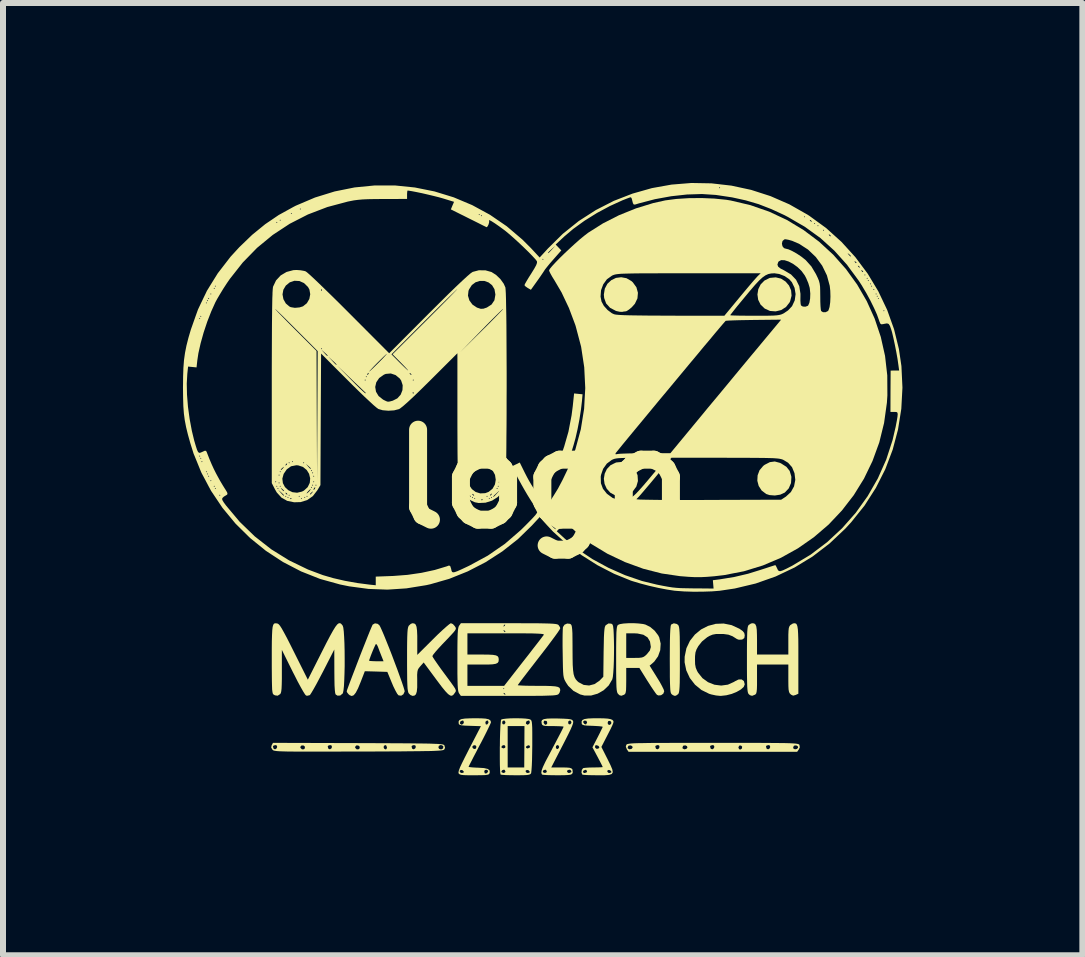
<source format=kicad_pcb>
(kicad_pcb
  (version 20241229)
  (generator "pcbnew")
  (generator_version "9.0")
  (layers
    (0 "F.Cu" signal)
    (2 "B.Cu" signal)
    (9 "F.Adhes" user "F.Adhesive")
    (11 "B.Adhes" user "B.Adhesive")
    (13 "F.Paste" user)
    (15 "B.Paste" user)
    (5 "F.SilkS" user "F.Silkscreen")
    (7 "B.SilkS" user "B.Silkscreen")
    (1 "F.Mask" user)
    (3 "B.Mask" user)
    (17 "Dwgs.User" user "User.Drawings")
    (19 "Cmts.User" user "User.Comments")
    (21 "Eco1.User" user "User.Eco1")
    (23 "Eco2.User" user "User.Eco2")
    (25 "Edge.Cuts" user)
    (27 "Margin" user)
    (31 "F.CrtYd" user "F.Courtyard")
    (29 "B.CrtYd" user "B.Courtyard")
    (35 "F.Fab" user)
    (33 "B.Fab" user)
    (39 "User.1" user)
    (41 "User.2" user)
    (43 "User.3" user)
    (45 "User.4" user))
  (footprint "logo"
    (layer "F.Cu")
    (at 5.99 4.934)
    (property "Reference" "logo" (at 0 0 0) (layer "F.SilkS") (effects (font (size 1.5 1.5) (thickness 0.3))))
    (attr board_only exclude_from_pos_files exclude_from_bom)
    (fp_poly (pts (xy 3.978 -3.34) (xy 4.053 -3.292) (xy 4.111 -3.225) (xy 4.146 -3.144) (xy 4.154 -3.055) (xy 4.13 -2.963) (xy 4.121 -2.944) (xy 4.061 -2.867) (xy 3.981 -2.816) (xy 3.889 -2.794) (xy 3.794 -2.801) (xy 3.706 -2.841) (xy 3.637 -2.907) (xy 3.597 -2.988) (xy 3.585 -3.076) (xy 3.599 -3.164) (xy 3.639 -3.244) (xy 3.702 -3.308) (xy 3.787 -3.35) (xy 3.793 -3.352) (xy 3.89 -3.361)) (stroke (width 0) (type solid)) (fill yes) (layer "F.SilkS"))
    (fp_poly (pts (xy 1.426 -0.262) (xy 1.505 -0.209) (xy 1.547 -0.158) (xy 1.587 -0.063) (xy 1.593 0.034) (xy 1.567 0.125) (xy 1.511 0.202) (xy 1.436 0.256) (xy 1.364 0.287) (xy 1.305 0.295) (xy 1.241 0.282) (xy 1.221 0.276) (xy 1.134 0.229) (xy 1.073 0.162) (xy 1.037 0.082) (xy 1.025 -0.004) (xy 1.039 -0.089) (xy 1.076 -0.167) (xy 1.138 -0.231) (xy 1.224 -0.273) (xy 1.234 -0.276) (xy 1.332 -0.285)) (stroke (width 0) (type solid)) (fill yes) (layer "F.SilkS"))
    (fp_poly (pts (xy 3.96 -0.269) (xy 3.982 -0.258) (xy 4.068 -0.203) (xy 4.122 -0.135) (xy 4.148 -0.049) (xy 4.151 -0.033) (xy 4.145 0.067) (xy 4.107 0.156) (xy 4.041 0.226) (xy 4.039 0.227) (xy 3.965 0.261) (xy 3.875 0.275) (xy 3.786 0.268) (xy 3.731 0.25) (xy 3.655 0.192) (xy 3.606 0.116) (xy 3.583 0.029) (xy 3.588 -0.061) (xy 3.62 -0.146) (xy 3.681 -0.218) (xy 3.706 -0.237) (xy 3.792 -0.281) (xy 3.874 -0.292)) (stroke (width 0) (type solid)) (fill yes) (layer "F.SilkS"))
    (fp_poly (pts (xy 1.402 -3.347) (xy 1.485 -3.299) (xy 1.508 -3.278) (xy 1.568 -3.195) (xy 1.593 -3.104) (xy 1.585 -3.011) (xy 1.543 -2.922) (xy 1.491 -2.863) (xy 1.445 -2.825) (xy 1.407 -2.8) (xy 1.393 -2.795) (xy 1.356 -2.791) (xy 1.332 -2.786) (xy 1.291 -2.787) (xy 1.236 -2.799) (xy 1.224 -2.803) (xy 1.128 -2.854) (xy 1.063 -2.926) (xy 1.03 -3.017) (xy 1.025 -3.075) (xy 1.041 -3.173) (xy 1.084 -3.254) (xy 1.149 -3.314) (xy 1.227 -3.352) (xy 1.314 -3.363)) (stroke (width 0) (type solid)) (fill yes) (layer "F.SilkS"))
    (fp_poly (pts (xy 0.599 -1.419) (xy 0.67 -1.412) (xy 0.66 -1.298) (xy 0.643 -1.153) (xy 0.618 -0.993) (xy 0.587 -0.832) (xy 0.553 -0.683) (xy 0.522 -0.571) (xy 0.493 -0.476) (xy 0.471 -0.411) (xy 0.454 -0.372) (xy 0.437 -0.354) (xy 0.417 -0.352) (xy 0.391 -0.361) (xy 0.377 -0.366) (xy 0.337 -0.384) (xy 0.317 -0.396) (xy 0.317 -0.397) (xy 0.322 -0.417) (xy 0.337 -0.462) (xy 0.358 -0.525) (xy 0.364 -0.542) (xy 0.435 -0.789) (xy 0.487 -1.061) (xy 0.507 -1.215) (xy 0.529 -1.426)) (stroke (width 0) (type solid)) (fill yes) (layer "F.SilkS"))
    (fp_poly (pts (xy 2.24 2.416) (xy 2.263 2.433) (xy 2.271 2.446) (xy 2.278 2.468) (xy 2.283 2.503) (xy 2.287 2.555) (xy 2.29 2.628) (xy 2.291 2.727) (xy 2.292 2.855) (xy 2.292 3.01) (xy 2.292 3.17) (xy 2.291 3.296) (xy 2.29 3.394) (xy 2.287 3.467) (xy 2.283 3.518) (xy 2.278 3.552) (xy 2.271 3.574) (xy 2.263 3.586) (xy 2.229 3.61) (xy 2.208 3.615) (xy 2.176 3.603) (xy 2.154 3.586) (xy 2.145 3.573) (xy 2.138 3.552) (xy 2.133 3.517) (xy 2.13 3.465) (xy 2.127 3.392) (xy 2.125 3.294) (xy 2.125 3.167) (xy 2.124 3.006) (xy 2.124 3.003) (xy 2.125 2.83) (xy 2.126 2.691) (xy 2.129 2.585) (xy 2.133 2.508) (xy 2.138 2.457) (xy 2.144 2.431) (xy 2.147 2.426) (xy 2.191 2.405)) (stroke (width 0) (type solid)) (fill yes) (layer "F.SilkS"))
    (fp_poly (pts (xy 3.155 2.436) (xy 3.283 2.495) (xy 3.288 2.498) (xy 3.34 2.535) (xy 3.365 2.566) (xy 3.373 2.603) (xy 3.373 2.608) (xy 3.366 2.651) (xy 3.338 2.672) (xy 3.324 2.677) (xy 3.275 2.679) (xy 3.244 2.668) (xy 3.17 2.621) (xy 3.102 2.595) (xy 3.023 2.584) (xy 2.97 2.583) (xy 2.893 2.584) (xy 2.838 2.594) (xy 2.789 2.614) (xy 2.747 2.638) (xy 2.661 2.708) (xy 2.6 2.785) (xy 2.569 2.841) (xy 2.552 2.891) (xy 2.545 2.952) (xy 2.544 3.008) (xy 2.546 3.088) (xy 2.557 3.146) (xy 2.579 3.199) (xy 2.595 3.227) (xy 2.668 3.319) (xy 2.762 3.387) (xy 2.869 3.429) (xy 2.981 3.443) (xy 3.092 3.428) (xy 3.194 3.382) (xy 3.209 3.372) (xy 3.27 3.342) (xy 3.322 3.341) (xy 3.359 3.368) (xy 3.373 3.421) (xy 3.373 3.423) (xy 3.356 3.466) (xy 3.309 3.508) (xy 3.24 3.548) (xy 3.157 3.582) (xy 3.066 3.605) (xy 2.976 3.615) (xy 2.965 3.615) (xy 2.895 3.608) (xy 2.816 3.591) (xy 2.78 3.58) (xy 2.652 3.517) (xy 2.544 3.428) (xy 2.458 3.317) (xy 2.399 3.19) (xy 2.371 3.055) (xy 2.372 2.962) (xy 2.401 2.821) (xy 2.46 2.697) (xy 2.543 2.592) (xy 2.645 2.508) (xy 2.763 2.448) (xy 2.89 2.414) (xy 3.022 2.409)) (stroke (width 0) (type solid)) (fill yes) (layer "F.SilkS"))
    (fp_poly (pts (xy 4.215 2.406) (xy 4.231 2.413) (xy 4.243 2.431) (xy 4.252 2.461) (xy 4.259 2.509) (xy 4.263 2.578) (xy 4.266 2.671) (xy 4.267 2.793) (xy 4.267 2.947) (xy 4.267 3.014) (xy 4.267 3.579) (xy 4.221 3.6) (xy 4.18 3.611) (xy 4.146 3.595) (xy 4.137 3.587) (xy 4.121 3.57) (xy 4.111 3.546) (xy 4.104 3.508) (xy 4.101 3.45) (xy 4.1 3.364) (xy 4.1 3.324) (xy 4.1 3.093) (xy 3.839 3.093) (xy 3.578 3.093) (xy 3.578 3.335) (xy 3.578 3.435) (xy 3.576 3.504) (xy 3.571 3.548) (xy 3.564 3.575) (xy 3.552 3.59) (xy 3.542 3.596) (xy 3.496 3.614) (xy 3.461 3.604) (xy 3.44 3.586) (xy 3.431 3.573) (xy 3.424 3.551) (xy 3.419 3.516) (xy 3.415 3.464) (xy 3.413 3.391) (xy 3.411 3.292) (xy 3.41 3.164) (xy 3.41 3.01) (xy 3.41 2.85) (xy 3.411 2.723) (xy 3.413 2.625) (xy 3.415 2.553) (xy 3.419 2.501) (xy 3.424 2.467) (xy 3.431 2.445) (xy 3.44 2.433) (xy 3.477 2.409) (xy 3.501 2.404) (xy 3.531 2.408) (xy 3.552 2.425) (xy 3.566 2.458) (xy 3.574 2.515) (xy 3.577 2.599) (xy 3.578 2.687) (xy 3.578 2.926) (xy 3.839 2.926) (xy 4.1 2.926) (xy 4.1 2.696) (xy 4.1 2.597) (xy 4.103 2.529) (xy 4.108 2.484) (xy 4.118 2.456) (xy 4.131 2.437) (xy 4.134 2.435) (xy 4.171 2.411) (xy 4.195 2.404)) (stroke (width 0) (type solid)) (fill yes) (layer "F.SilkS"))
    (fp_poly (pts (xy -2.745 2.414) (xy -2.717 2.437) (xy -2.701 2.465) (xy -2.675 2.522) (xy -2.64 2.603) (xy -2.6 2.702) (xy -2.555 2.814) (xy -2.508 2.934) (xy -2.462 3.057) (xy -2.417 3.176) (xy -2.377 3.287) (xy -2.342 3.385) (xy -2.316 3.463) (xy -2.299 3.518) (xy -2.295 3.542) (xy -2.316 3.588) (xy -2.353 3.612) (xy -2.396 3.606) (xy -2.399 3.604) (xy -2.42 3.579) (xy -2.449 3.527) (xy -2.483 3.458) (xy -2.508 3.399) (xy -2.584 3.215) (xy -2.771 3.209) (xy -2.959 3.204) (xy -3.028 3.382) (xy -3.072 3.489) (xy -3.11 3.562) (xy -3.144 3.604) (xy -3.177 3.617) (xy -3.211 3.604) (xy -3.232 3.586) (xy -3.255 3.556) (xy -3.261 3.54) (xy -3.255 3.517) (xy -3.236 3.465) (xy -3.208 3.389) (xy -3.172 3.294) (xy -3.13 3.185) (xy -3.085 3.067) (xy -3.07 3.028) (xy -2.888 3.028) (xy -2.871 3.033) (xy -2.827 3.036) (xy -2.768 3.038) (xy -2.647 3.038) (xy -2.686 2.94) (xy -2.712 2.874) (xy -2.734 2.815) (xy -2.744 2.789) (xy -2.761 2.757) (xy -2.776 2.751) (xy -2.776 2.752) (xy -2.788 2.775) (xy -2.809 2.821) (xy -2.834 2.88) (xy -2.858 2.941) (xy -2.877 2.993) (xy -2.888 3.024) (xy -2.888 3.028) (xy -3.07 3.028) (xy -3.038 2.945) (xy -2.991 2.825) (xy -2.946 2.712) (xy -2.906 2.611) (xy -2.872 2.527) (xy -2.846 2.466) (xy -2.831 2.432) (xy -2.828 2.427) (xy -2.79 2.406)) (stroke (width 0) (type solid)) (fill yes) (layer "F.SilkS"))
    (fp_poly (pts (xy 1.149 2.411) (xy 1.17 2.426) (xy 1.179 2.453) (xy 1.186 2.511) (xy 1.19 2.593) (xy 1.193 2.693) (xy 1.195 2.804) (xy 1.194 2.919) (xy 1.192 3.033) (xy 1.188 3.138) (xy 1.182 3.229) (xy 1.175 3.298) (xy 1.166 3.339) (xy 1.165 3.341) (xy 1.106 3.441) (xy 1.022 3.521) (xy 0.922 3.578) (xy 0.813 3.609) (xy 0.702 3.609) (xy 0.631 3.591) (xy 0.519 3.532) (xy 0.431 3.448) (xy 0.396 3.395) (xy 0.379 3.365) (xy 0.366 3.338) (xy 0.357 3.307) (xy 0.35 3.267) (xy 0.346 3.213) (xy 0.343 3.138) (xy 0.341 3.037) (xy 0.339 2.909) (xy 0.337 2.788) (xy 0.337 2.678) (xy 0.338 2.585) (xy 0.34 2.514) (xy 0.343 2.473) (xy 0.344 2.467) (xy 0.37 2.428) (xy 0.414 2.409) (xy 0.461 2.414) (xy 0.475 2.423) (xy 0.485 2.436) (xy 0.492 2.463) (xy 0.497 2.506) (xy 0.501 2.571) (xy 0.502 2.662) (xy 0.503 2.784) (xy 0.503 2.835) (xy 0.504 2.983) (xy 0.506 3.098) (xy 0.512 3.186) (xy 0.521 3.252) (xy 0.536 3.301) (xy 0.556 3.338) (xy 0.582 3.368) (xy 0.605 3.388) (xy 0.689 3.432) (xy 0.779 3.442) (xy 0.868 3.419) (xy 0.95 3.364) (xy 0.961 3.353) (xy 1.016 3.296) (xy 1.021 2.883) (xy 1.024 2.745) (xy 1.026 2.639) (xy 1.03 2.561) (xy 1.035 2.506) (xy 1.041 2.469) (xy 1.05 2.447) (xy 1.057 2.437) (xy 1.102 2.408)) (stroke (width 0) (type solid)) (fill yes) (layer "F.SilkS"))
    (fp_poly (pts (xy 1.604 2.408) (xy 1.679 2.417) (xy 1.717 2.426) (xy 1.796 2.465) (xy 1.871 2.528) (xy 1.93 2.605) (xy 1.948 2.64) (xy 1.972 2.744) (xy 1.965 2.853) (xy 1.928 2.956) (xy 1.865 3.044) (xy 1.843 3.064) (xy 1.788 3.111) (xy 1.909 3.305) (xy 1.957 3.383) (xy 1.995 3.453) (xy 2.022 3.508) (xy 2.031 3.539) (xy 2.031 3.539) (xy 2.016 3.578) (xy 1.979 3.604) (xy 1.935 3.608) (xy 1.91 3.597) (xy 1.89 3.573) (xy 1.855 3.523) (xy 1.81 3.456) (xy 1.759 3.376) (xy 1.749 3.361) (xy 1.617 3.149) (xy 1.507 3.149) (xy 1.398 3.149) (xy 1.398 3.363) (xy 1.397 3.456) (xy 1.395 3.519) (xy 1.389 3.558) (xy 1.38 3.581) (xy 1.365 3.594) (xy 1.362 3.596) (xy 1.317 3.613) (xy 1.285 3.604) (xy 1.261 3.581) (xy 1.252 3.568) (xy 1.245 3.547) (xy 1.239 3.514) (xy 1.235 3.465) (xy 1.233 3.396) (xy 1.231 3.303) (xy 1.23 3.182) (xy 1.23 3.028) (xy 1.23 3.005) (xy 1.23 2.846) (xy 1.231 2.719) (xy 1.233 2.623) (xy 1.234 2.572) (xy 1.398 2.572) (xy 1.398 2.777) (xy 1.398 2.982) (xy 1.539 2.982) (xy 1.612 2.981) (xy 1.66 2.975) (xy 1.693 2.962) (xy 1.724 2.938) (xy 1.744 2.918) (xy 1.792 2.858) (xy 1.808 2.802) (xy 1.808 2.798) (xy 1.794 2.708) (xy 1.753 2.64) (xy 1.684 2.596) (xy 1.585 2.575) (xy 1.523 2.572) (xy 1.398 2.572) (xy 1.234 2.572) (xy 1.235 2.551) (xy 1.239 2.5) (xy 1.244 2.466) (xy 1.251 2.445) (xy 1.259 2.433) (xy 1.292 2.419) (xy 1.353 2.409) (xy 1.432 2.404) (xy 1.518 2.403)) (stroke (width 0) (type solid)) (fill yes) (layer "F.SilkS"))
    (fp_poly (pts (xy -1.491 2.418) (xy -1.461 2.451) (xy -1.449 2.469) (xy -1.442 2.484) (xy -1.443 2.501) (xy -1.455 2.524) (xy -1.481 2.557) (xy -1.524 2.604) (xy -1.586 2.67) (xy -1.668 2.755) (xy -1.73 2.822) (xy -1.782 2.881) (xy -1.818 2.926) (xy -1.833 2.951) (xy -1.833 2.953) (xy -1.822 2.975) (xy -1.792 3.021) (xy -1.747 3.086) (xy -1.691 3.165) (xy -1.646 3.226) (xy -1.572 3.326) (xy -1.517 3.401) (xy -1.479 3.455) (xy -1.455 3.492) (xy -1.444 3.517) (xy -1.442 3.535) (xy -1.448 3.549) (xy -1.459 3.565) (xy -1.462 3.569) (xy -1.485 3.599) (xy -1.509 3.613) (xy -1.536 3.609) (xy -1.571 3.585) (xy -1.616 3.538) (xy -1.675 3.466) (xy -1.751 3.365) (xy -1.772 3.337) (xy -1.978 3.058) (xy -2.034 3.121) (xy -2.059 3.151) (xy -2.075 3.179) (xy -2.083 3.213) (xy -2.087 3.263) (xy -2.086 3.338) (xy -2.086 3.372) (xy -2.086 3.474) (xy -2.093 3.544) (xy -2.107 3.588) (xy -2.131 3.61) (xy -2.163 3.615) (xy -2.198 3.601) (xy -2.226 3.574) (xy -2.235 3.557) (xy -2.241 3.53) (xy -2.247 3.489) (xy -2.25 3.431) (xy -2.253 3.35) (xy -2.254 3.243) (xy -2.255 3.105) (xy -2.255 3.01) (xy -2.255 2.852) (xy -2.254 2.728) (xy -2.252 2.632) (xy -2.249 2.561) (xy -2.245 2.511) (xy -2.239 2.477) (xy -2.231 2.454) (xy -2.226 2.445) (xy -2.192 2.414) (xy -2.163 2.404) (xy -2.133 2.409) (xy -2.111 2.427) (xy -2.097 2.464) (xy -2.089 2.525) (xy -2.085 2.614) (xy -2.085 2.695) (xy -2.085 2.932) (xy -1.82 2.668) (xy -1.738 2.587) (xy -1.663 2.517) (xy -1.599 2.46) (xy -1.552 2.421) (xy -1.526 2.404) (xy -1.524 2.404)) (stroke (width 0) (type solid)) (fill yes) (layer "F.SilkS"))
    (fp_poly (pts (xy -3.351 2.416) (xy -3.33 2.442) (xy -3.328 2.444) (xy -3.318 2.477) (xy -3.31 2.541) (xy -3.304 2.631) (xy -3.299 2.739) (xy -3.296 2.86) (xy -3.295 2.989) (xy -3.295 3.118) (xy -3.298 3.242) (xy -3.302 3.355) (xy -3.307 3.451) (xy -3.315 3.524) (xy -3.324 3.567) (xy -3.327 3.574) (xy -3.369 3.609) (xy -3.414 3.611) (xy -3.444 3.593) (xy -3.453 3.57) (xy -3.459 3.519) (xy -3.464 3.439) (xy -3.466 3.325) (xy -3.467 3.206) (xy -3.468 2.842) (xy -3.658 3.214) (xy -3.715 3.322) (xy -3.767 3.42) (xy -3.813 3.502) (xy -3.849 3.563) (xy -3.872 3.598) (xy -3.878 3.603) (xy -3.919 3.613) (xy -3.939 3.609) (xy -3.956 3.59) (xy -3.986 3.542) (xy -4.027 3.47) (xy -4.076 3.38) (xy -4.129 3.275) (xy -4.156 3.223) (xy -4.342 2.848) (xy -4.342 3.202) (xy -4.342 3.329) (xy -4.344 3.424) (xy -4.347 3.492) (xy -4.352 3.538) (xy -4.359 3.567) (xy -4.369 3.584) (xy -4.371 3.586) (xy -4.412 3.612) (xy -4.456 3.606) (xy -4.477 3.595) (xy -4.486 3.587) (xy -4.494 3.573) (xy -4.499 3.548) (xy -4.504 3.509) (xy -4.506 3.451) (xy -4.508 3.371) (xy -4.509 3.265) (xy -4.51 3.128) (xy -4.51 3.011) (xy -4.51 2.842) (xy -4.509 2.707) (xy -4.506 2.602) (xy -4.502 2.523) (xy -4.496 2.468) (xy -4.486 2.432) (xy -4.473 2.412) (xy -4.456 2.405) (xy -4.433 2.406) (xy -4.412 2.41) (xy -4.396 2.42) (xy -4.374 2.445) (xy -4.346 2.488) (xy -4.31 2.552) (xy -4.262 2.641) (xy -4.203 2.757) (xy -4.14 2.883) (xy -3.909 3.345) (xy -3.674 2.879) (xy -3.599 2.731) (xy -3.538 2.615) (xy -3.489 2.527) (xy -3.45 2.464) (xy -3.419 2.424) (xy -3.393 2.405) (xy -3.371 2.403)) (stroke (width 0) (type solid)) (fill yes) (layer "F.SilkS"))
    (fp_poly (pts (xy 0.257 3.992) (xy 0.356 3.995) (xy 0.424 3.999) (xy 0.468 4.005) (xy 0.494 4.014) (xy 0.508 4.028) (xy 0.51 4.031) (xy 0.515 4.047) (xy 0.511 4.074) (xy 0.497 4.114) (xy 0.472 4.172) (xy 0.433 4.253) (xy 0.379 4.36) (xy 0.34 4.436) (xy 0.148 4.808) (xy 0.316 4.808) (xy 0.398 4.809) (xy 0.451 4.813) (xy 0.481 4.822) (xy 0.498 4.836) (xy 0.501 4.841) (xy 0.507 4.889) (xy 0.501 4.906) (xy 0.489 4.92) (xy 0.466 4.929) (xy 0.427 4.934) (xy 0.365 4.937) (xy 0.274 4.938) (xy 0.244 4.938) (xy 0.154 4.937) (xy 0.077 4.935) (xy 0.021 4.931) (xy -0.005 4.927) (xy -0.006 4.926) (xy -0.017 4.901) (xy -0.015 4.878) (xy 0.007 4.878) (xy 0.013 4.889) (xy 0.043 4.901) (xy 0.068 4.89) (xy 0.075 4.873) (xy 0.41 4.873) (xy 0.426 4.896) (xy 0.447 4.901) (xy 0.478 4.889) (xy 0.485 4.873) (xy 0.469 4.85) (xy 0.447 4.845) (xy 0.417 4.857) (xy 0.41 4.873) (xy 0.075 4.873) (xy 0.06 4.848) (xy 0.048 4.845) (xy 0.017 4.856) (xy 0.007 4.878) (xy -0.015 4.878) (xy -0.013 4.861) (xy 0.009 4.801) (xy 0.049 4.716) (xy 0.072 4.672) (xy 0.154 4.518) (xy 0.174 4.478) (xy 0.225 4.478) (xy 0.236 4.497) (xy 0.258 4.501) (xy 0.276 4.48) (xy 0.28 4.462) (xy 0.265 4.438) (xy 0.252 4.435) (xy 0.228 4.449) (xy 0.225 4.478) (xy 0.174 4.478) (xy 0.219 4.394) (xy 0.269 4.298) (xy 0.307 4.226) (xy 0.332 4.176) (xy 0.347 4.145) (xy 0.354 4.13) (xy 0.354 4.128) (xy 0.337 4.124) (xy 0.29 4.121) (xy 0.223 4.119) (xy 0.178 4.118) (xy 0.096 4.118) (xy 0.043 4.115) (xy 0.013 4.108) (xy -0.003 4.096) (xy -0.01 4.08) (xy -0.014 4.054) (xy 0.02 4.054) (xy 0.025 4.071) (xy 0.047 4.098) (xy 0.071 4.089) (xy 0.082 4.071) (xy 0.081 4.069) (xy 0.43 4.069) (xy 0.441 4.087) (xy 0.463 4.091) (xy 0.481 4.07) (xy 0.485 4.052) (xy 0.47 4.028) (xy 0.457 4.025) (xy 0.433 4.039) (xy 0.43 4.069) (xy 0.081 4.069) (xy 0.077 4.041) (xy 0.064 4.032) (xy 0.03 4.029) (xy 0.02 4.054) (xy -0.014 4.054) (xy -0.016 4.045) (xy -0.006 4.019) (xy 0.024 4.003) (xy 0.079 3.994) (xy 0.164 3.991)) (stroke (width 0) (type solid)) (fill yes) (layer "F.SilkS"))
    (fp_poly (pts (xy -1.021 3.989) (xy -0.945 3.994) (xy -0.896 4.005) (xy -0.869 4.021) (xy -0.858 4.045) (xy -0.857 4.057) (xy -0.866 4.08) (xy -0.889 4.13) (xy -0.925 4.204) (xy -0.97 4.294) (xy -1.023 4.397) (xy -1.044 4.435) (xy -1.098 4.54) (xy -1.147 4.633) (xy -1.186 4.71) (xy -1.215 4.766) (xy -1.229 4.795) (xy -1.23 4.798) (xy -1.213 4.802) (xy -1.167 4.807) (xy -1.1 4.811) (xy -1.069 4.812) (xy -0.974 4.818) (xy -0.913 4.832) (xy -0.881 4.854) (xy -0.876 4.887) (xy -0.882 4.908) (xy -0.891 4.921) (xy -0.913 4.929) (xy -0.952 4.935) (xy -1.016 4.937) (xy -1.109 4.938) (xy -1.135 4.938) (xy -1.236 4.938) (xy -1.306 4.936) (xy -1.351 4.931) (xy -1.378 4.923) (xy -1.392 4.911) (xy -1.396 4.906) (xy -1.398 4.888) (xy -1.395 4.872) (xy -1.379 4.872) (xy -1.363 4.896) (xy -1.34 4.901) (xy -1.312 4.892) (xy -1.309 4.878) (xy -1.316 4.87) (xy -0.969 4.87) (xy -0.961 4.902) (xy -0.957 4.907) (xy -0.935 4.908) (xy -0.912 4.89) (xy -0.903 4.867) (xy -0.905 4.862) (xy -0.93 4.846) (xy -0.957 4.851) (xy -0.969 4.87) (xy -1.316 4.87) (xy -1.329 4.855) (xy -1.357 4.849) (xy -1.377 4.862) (xy -1.379 4.872) (xy -1.395 4.872) (xy -1.391 4.857) (xy -1.373 4.808) (xy -1.341 4.739) (xy -1.295 4.646) (xy -1.233 4.524) (xy -1.219 4.496) (xy -1.198 4.456) (xy -1.166 4.456) (xy -1.164 4.48) (xy -1.142 4.499) (xy -1.115 4.499) (xy -1.114 4.498) (xy -1.101 4.474) (xy -1.099 4.462) (xy -1.113 4.44) (xy -1.141 4.437) (xy -1.166 4.456) (xy -1.198 4.456) (xy -1.024 4.12) (xy -1.206 4.114) (xy -1.291 4.111) (xy -1.345 4.106) (xy -1.376 4.098) (xy -1.391 4.086) (xy -1.394 4.076) (xy -1.395 4.067) (xy -1.375 4.067) (xy -1.369 4.082) (xy -1.345 4.096) (xy -1.32 4.082) (xy -1.311 4.064) (xy -0.95 4.064) (xy -0.941 4.091) (xy -0.92 4.092) (xy -0.901 4.068) (xy -0.898 4.056) (xy -0.906 4.03) (xy -0.921 4.025) (xy -0.945 4.041) (xy -0.95 4.064) (xy -1.311 4.064) (xy -1.308 4.056) (xy -1.316 4.03) (xy -1.33 4.025) (xy -1.364 4.038) (xy -1.375 4.067) (xy -1.395 4.067) (xy -1.396 4.042) (xy -1.382 4.018) (xy -1.349 4.002) (xy -1.291 3.993) (xy -1.204 3.989) (xy -1.129 3.988)) (stroke (width 0) (type solid)) (fill yes) (layer "F.SilkS"))
    (fp_poly (pts (xy 1.017 3.989) (xy 1.091 3.994) (xy 1.139 4.003) (xy 1.166 4.015) (xy 1.18 4.028) (xy 1.186 4.043) (xy 1.182 4.068) (xy 1.166 4.107) (xy 1.137 4.168) (xy 1.093 4.254) (xy 0.984 4.466) (xy 1.087 4.67) (xy 1.136 4.77) (xy 1.166 4.841) (xy 1.174 4.888) (xy 1.157 4.917) (xy 1.112 4.932) (xy 1.036 4.938) (xy 0.927 4.938) (xy 0.915 4.938) (xy 0.825 4.937) (xy 0.748 4.935) (xy 0.692 4.931) (xy 0.666 4.927) (xy 0.665 4.926) (xy 0.652 4.893) (xy 0.653 4.886) (xy 0.676 4.886) (xy 0.695 4.9) (xy 0.707 4.901) (xy 0.739 4.889) (xy 0.745 4.872) (xy 1.081 4.872) (xy 1.097 4.896) (xy 1.12 4.901) (xy 1.148 4.892) (xy 1.151 4.878) (xy 1.131 4.855) (xy 1.103 4.849) (xy 1.083 4.862) (xy 1.081 4.872) (xy 0.745 4.872) (xy 0.731 4.849) (xy 0.714 4.848) (xy 0.683 4.864) (xy 0.676 4.886) (xy 0.653 4.886) (xy 0.657 4.851) (xy 0.677 4.822) (xy 0.682 4.819) (xy 0.714 4.814) (xy 0.771 4.81) (xy 0.844 4.808) (xy 0.859 4.808) (xy 0.928 4.807) (xy 0.979 4.805) (xy 1.005 4.802) (xy 1.006 4.801) (xy 0.998 4.782) (xy 0.976 4.738) (xy 0.944 4.677) (xy 0.921 4.633) (xy 0.835 4.472) (xy 0.838 4.466) (xy 0.878 4.466) (xy 0.882 4.481) (xy 0.904 4.498) (xy 0.933 4.494) (xy 0.95 4.474) (xy 0.95 4.47) (xy 0.935 4.449) (xy 0.905 4.437) (xy 0.882 4.441) (xy 0.878 4.466) (xy 0.838 4.466) (xy 0.921 4.306) (xy 0.957 4.235) (xy 0.985 4.177) (xy 1.003 4.14) (xy 1.006 4.13) (xy 0.989 4.125) (xy 0.943 4.12) (xy 0.876 4.116) (xy 0.834 4.114) (xy 0.752 4.111) (xy 0.7 4.106) (xy 0.671 4.097) (xy 0.658 4.084) (xy 0.656 4.076) (xy 0.655 4.059) (xy 0.682 4.059) (xy 0.7 4.082) (xy 0.724 4.091) (xy 0.729 4.089) (xy 0.741 4.068) (xy 1.087 4.068) (xy 1.101 4.094) (xy 1.118 4.1) (xy 1.142 4.086) (xy 1.147 4.08) (xy 1.149 4.051) (xy 1.13 4.032) (xy 1.102 4.034) (xy 1.097 4.039) (xy 1.087 4.068) (xy 0.741 4.068) (xy 0.744 4.064) (xy 0.745 4.052) (xy 0.732 4.03) (xy 0.702 4.027) (xy 0.683 4.037) (xy 0.682 4.059) (xy 0.655 4.059) (xy 0.654 4.041) (xy 0.668 4.017) (xy 0.703 4.001) (xy 0.763 3.992) (xy 0.853 3.988) (xy 0.912 3.988)) (stroke (width 0) (type solid)) (fill yes) (layer "F.SilkS"))
    (fp_poly (pts (xy 3.106 4.398) (xy 3.336 4.398) (xy 3.533 4.398) (xy 3.7 4.399) (xy 3.84 4.4) (xy 3.956 4.401) (xy 4.049 4.402) (xy 4.122 4.404) (xy 4.177 4.407) (xy 4.218 4.41) (xy 4.247 4.414) (xy 4.265 4.418) (xy 4.276 4.423) (xy 4.283 4.429) (xy 4.285 4.432) (xy 4.291 4.473) (xy 4.275 4.507) (xy 4.247 4.547) (xy 2.842 4.547) (xy 1.437 4.547) (xy 1.409 4.507) (xy 1.398 4.479) (xy 1.421 4.479) (xy 1.425 4.491) (xy 1.452 4.506) (xy 1.486 4.499) (xy 1.505 4.477) (xy 1.5 4.46) (xy 1.882 4.46) (xy 1.894 4.496) (xy 1.92 4.506) (xy 1.945 4.489) (xy 1.948 4.479) (xy 2.335 4.479) (xy 2.338 4.491) (xy 2.366 4.506) (xy 2.399 4.499) (xy 2.418 4.477) (xy 2.413 4.46) (xy 2.795 4.46) (xy 2.807 4.496) (xy 2.833 4.506) (xy 2.858 4.489) (xy 2.862 4.478) (xy 3.267 4.478) (xy 3.281 4.504) (xy 3.298 4.51) (xy 3.322 4.496) (xy 3.327 4.489) (xy 3.33 4.461) (xy 3.329 4.46) (xy 3.727 4.46) (xy 3.739 4.496) (xy 3.764 4.506) (xy 3.79 4.489) (xy 3.793 4.479) (xy 4.18 4.479) (xy 4.183 4.491) (xy 4.211 4.506) (xy 4.244 4.499) (xy 4.263 4.477) (xy 4.256 4.453) (xy 4.229 4.44) (xy 4.198 4.444) (xy 4.19 4.45) (xy 4.18 4.479) (xy 3.793 4.479) (xy 3.798 4.466) (xy 3.79 4.441) (xy 3.766 4.435) (xy 3.735 4.445) (xy 3.727 4.46) (xy 3.329 4.46) (xy 3.31 4.442) (xy 3.283 4.444) (xy 3.278 4.449) (xy 3.267 4.478) (xy 2.862 4.478) (xy 2.867 4.466) (xy 2.859 4.441) (xy 2.834 4.435) (xy 2.803 4.445) (xy 2.795 4.46) (xy 2.413 4.46) (xy 2.411 4.453) (xy 2.384 4.44) (xy 2.353 4.444) (xy 2.345 4.45) (xy 2.335 4.479) (xy 1.948 4.479) (xy 1.953 4.466) (xy 1.946 4.441) (xy 1.921 4.435) (xy 1.89 4.445) (xy 1.882 4.46) (xy 1.5 4.46) (xy 1.498 4.453) (xy 1.471 4.44) (xy 1.44 4.444) (xy 1.432 4.45) (xy 1.421 4.479) (xy 1.398 4.479) (xy 1.391 4.463) (xy 1.399 4.432) (xy 1.404 4.426) (xy 1.412 4.42) (xy 1.427 4.416) (xy 1.45 4.412) (xy 1.484 4.408) (xy 1.532 4.405) (xy 1.596 4.403) (xy 1.679 4.402) (xy 1.783 4.4) (xy 1.91 4.399) (xy 2.064 4.399) (xy 2.246 4.398) (xy 2.459 4.398) (xy 2.706 4.398) (xy 2.842 4.398)) (stroke (width 0) (type solid)) (fill yes) (layer "F.SilkS"))
    (fp_poly (pts (xy -0.359 3.989) (xy -0.285 3.993) (xy -0.228 4) (xy -0.203 4.008) (xy -0.191 4.016) (xy -0.182 4.029) (xy -0.176 4.052) (xy -0.172 4.089) (xy -0.169 4.145) (xy -0.168 4.226) (xy -0.168 4.335) (xy -0.168 4.449) (xy -0.17 4.573) (xy -0.172 4.685) (xy -0.176 4.78) (xy -0.181 4.852) (xy -0.186 4.896) (xy -0.188 4.905) (xy -0.2 4.919) (xy -0.22 4.928) (xy -0.256 4.934) (xy -0.315 4.937) (xy -0.401 4.938) (xy -0.445 4.938) (xy -0.536 4.937) (xy -0.612 4.935) (xy -0.668 4.931) (xy -0.695 4.927) (xy -0.696 4.926) (xy -0.701 4.902) (xy -0.703 4.878) (xy -0.683 4.878) (xy -0.677 4.889) (xy -0.647 4.901) (xy -0.621 4.89) (xy -0.615 4.873) (xy -0.616 4.872) (xy -0.28 4.872) (xy -0.264 4.896) (xy -0.241 4.901) (xy -0.212 4.892) (xy -0.21 4.878) (xy -0.23 4.855) (xy -0.258 4.849) (xy -0.278 4.862) (xy -0.28 4.872) (xy -0.616 4.872) (xy -0.629 4.848) (xy -0.642 4.845) (xy -0.672 4.856) (xy -0.683 4.878) (xy -0.703 4.878) (xy -0.705 4.848) (xy -0.708 4.769) (xy -0.709 4.672) (xy -0.709 4.563) (xy -0.709 4.468) (xy -0.683 4.468) (xy -0.677 4.479) (xy -0.647 4.491) (xy -0.621 4.48) (xy -0.615 4.463) (xy -0.629 4.438) (xy -0.642 4.435) (xy -0.672 4.446) (xy -0.683 4.468) (xy -0.709 4.468) (xy -0.708 4.449) (xy -0.707 4.336) (xy -0.704 4.23) (xy -0.7 4.139) (xy -0.699 4.118) (xy -0.578 4.118) (xy -0.578 4.463) (xy -0.578 4.808) (xy -0.44 4.808) (xy -0.302 4.808) (xy -0.3 4.476) (xy -0.274 4.476) (xy -0.255 4.49) (xy -0.244 4.491) (xy -0.212 4.479) (xy -0.205 4.462) (xy -0.219 4.439) (xy -0.236 4.439) (xy -0.267 4.454) (xy -0.274 4.476) (xy -0.3 4.476) (xy -0.3 4.463) (xy -0.298 4.118) (xy -0.438 4.118) (xy -0.578 4.118) (xy -0.699 4.118) (xy -0.695 4.069) (xy -0.67 4.069) (xy -0.659 4.087) (xy -0.636 4.091) (xy -0.618 4.07) (xy -0.618 4.067) (xy -0.275 4.067) (xy -0.27 4.082) (xy -0.246 4.096) (xy -0.22 4.082) (xy -0.208 4.056) (xy -0.216 4.03) (xy -0.23 4.025) (xy -0.264 4.038) (xy -0.275 4.067) (xy -0.618 4.067) (xy -0.615 4.052) (xy -0.63 4.028) (xy -0.643 4.025) (xy -0.666 4.039) (xy -0.67 4.069) (xy -0.695 4.069) (xy -0.695 4.067) (xy -0.69 4.022) (xy -0.686 4.01) (xy -0.658 4.001) (xy -0.602 3.994) (xy -0.527 3.989) (xy -0.443 3.988)) (stroke (width 0) (type solid)) (fill yes) (layer "F.SilkS"))
    (fp_poly (pts (xy -3.071 4.402) (xy -2.807 4.403) (xy -2.578 4.404) (xy -2.381 4.405) (xy -2.214 4.406) (xy -2.074 4.408) (xy -1.958 4.409) (xy -1.866 4.411) (xy -1.793 4.414) (xy -1.737 4.416) (xy -1.697 4.42) (xy -1.668 4.423) (xy -1.65 4.428) (xy -1.639 4.433) (xy -1.633 4.439) (xy -1.633 4.44) (xy -1.622 4.48) (xy -1.633 4.505) (xy -1.638 4.511) (xy -1.649 4.517) (xy -1.666 4.521) (xy -1.693 4.525) (xy -1.733 4.528) (xy -1.787 4.531) (xy -1.858 4.534) (xy -1.949 4.535) (xy -2.062 4.537) (xy -2.2 4.538) (xy -2.365 4.54) (xy -2.56 4.541) (xy -2.787 4.542) (xy -3.048 4.542) (xy -3.06 4.542) (xy -3.322 4.543) (xy -3.55 4.544) (xy -3.745 4.544) (xy -3.911 4.544) (xy -4.05 4.544) (xy -4.164 4.543) (xy -4.256 4.542) (xy -4.328 4.54) (xy -4.384 4.538) (xy -4.425 4.535) (xy -4.454 4.531) (xy -4.474 4.527) (xy -4.486 4.522) (xy -4.495 4.516) (xy -4.499 4.511) (xy -4.52 4.476) (xy -4.517 4.46) (xy -4.491 4.46) (xy -4.479 4.496) (xy -4.454 4.506) (xy -4.429 4.489) (xy -4.42 4.466) (xy -4.42 4.465) (xy -4.034 4.465) (xy -4.032 4.481) (xy -4.007 4.506) (xy -3.975 4.505) (xy -3.959 4.489) (xy -3.958 4.461) (xy -3.959 4.46) (xy -3.578 4.46) (xy -3.566 4.496) (xy -3.541 4.506) (xy -3.515 4.489) (xy -3.507 4.466) (xy -3.507 4.465) (xy -3.121 4.465) (xy -3.119 4.481) (xy -3.094 4.506) (xy -3.062 4.505) (xy -3.046 4.489) (xy -3.045 4.478) (xy -2.645 4.478) (xy -2.634 4.497) (xy -2.607 4.509) (xy -2.592 4.488) (xy -2.59 4.472) (xy -2.595 4.46) (xy -2.18 4.46) (xy -2.169 4.496) (xy -2.143 4.506) (xy -2.118 4.489) (xy -2.114 4.478) (xy -1.732 4.478) (xy -1.721 4.497) (xy -1.688 4.509) (xy -1.658 4.493) (xy -1.653 4.484) (xy -1.652 4.451) (xy -1.683 4.436) (xy -1.699 4.435) (xy -1.727 4.449) (xy -1.732 4.478) (xy -2.114 4.478) (xy -2.109 4.466) (xy -2.117 4.441) (xy -2.142 4.435) (xy -2.173 4.445) (xy -2.18 4.46) (xy -2.595 4.46) (xy -2.602 4.442) (xy -2.618 4.435) (xy -2.642 4.449) (xy -2.645 4.478) (xy -3.045 4.478) (xy -3.045 4.461) (xy -3.068 4.442) (xy -3.101 4.441) (xy -3.121 4.465) (xy -3.507 4.465) (xy -3.515 4.441) (xy -3.539 4.435) (xy -3.57 4.445) (xy -3.578 4.46) (xy -3.959 4.46) (xy -3.981 4.442) (xy -4.014 4.441) (xy -4.034 4.465) (xy -4.42 4.465) (xy -4.428 4.441) (xy -4.452 4.435) (xy -4.483 4.445) (xy -4.491 4.46) (xy -4.517 4.46) (xy -4.513 4.441) (xy -4.511 4.437) (xy -4.49 4.398)) (stroke (width 0) (type solid)) (fill yes) (layer "F.SilkS"))
    (fp_poly (pts (xy -0.363 2.404) (xy -0.201 2.405) (xy -0.07 2.405) (xy 0.034 2.407) (xy 0.114 2.409) (xy 0.173 2.412) (xy 0.215 2.416) (xy 0.243 2.421) (xy 0.26 2.427) (xy 0.269 2.433) (xy 0.293 2.469) (xy 0.298 2.49) (xy 0.287 2.511) (xy 0.256 2.558) (xy 0.207 2.626) (xy 0.143 2.712) (xy 0.068 2.812) (xy -0.017 2.922) (xy -0.056 2.972) (xy -0.143 3.085) (xy -0.223 3.188) (xy -0.292 3.278) (xy -0.348 3.351) (xy -0.387 3.404) (xy -0.408 3.433) (xy -0.41 3.437) (xy -0.392 3.44) (xy -0.343 3.443) (xy -0.269 3.446) (xy -0.175 3.447) (xy -0.078 3.448) (xy 0.05 3.448) (xy 0.145 3.451) (xy 0.213 3.456) (xy 0.257 3.465) (xy 0.283 3.478) (xy 0.295 3.498) (xy 0.298 3.524) (xy 0.298 3.524) (xy 0.286 3.563) (xy 0.269 3.586) (xy 0.258 3.593) (xy 0.239 3.599) (xy 0.209 3.604) (xy 0.165 3.608) (xy 0.102 3.61) (xy 0.018 3.613) (xy -0.09 3.614) (xy -0.226 3.615) (xy -0.394 3.615) (xy -0.559 3.615) (xy -1.358 3.615) (xy -1.387 3.574) (xy -1.392 3.565) (xy -0.649 3.565) (xy -0.645 3.575) (xy -0.626 3.595) (xy -0.615 3.591) (xy -0.615 3.588) (xy -0.628 3.573) (xy -0.636 3.567) (xy -0.649 3.565) (xy -1.392 3.565) (xy -1.396 3.557) (xy -1.403 3.53) (xy -1.407 3.494) (xy -0.652 3.494) (xy -0.643 3.503) (xy -0.634 3.494) (xy -0.643 3.485) (xy -0.652 3.494) (xy -1.407 3.494) (xy -1.408 3.489) (xy -1.412 3.431) (xy -1.414 3.35) (xy -1.416 3.243) (xy -1.416 3.105) (xy -1.416 3.01) (xy -1.416 2.852) (xy -1.415 2.728) (xy -1.413 2.632) (xy -1.411 2.572) (xy -1.249 2.572) (xy -1.249 2.749) (xy -1.249 2.926) (xy -1.01 2.926) (xy -0.901 2.927) (xy -0.824 2.931) (xy -0.773 2.94) (xy -0.743 2.956) (xy -0.73 2.98) (xy -0.727 3.01) (xy -0.73 3.042) (xy -0.745 3.065) (xy -0.776 3.08) (xy -0.829 3.089) (xy -0.908 3.093) (xy -1.01 3.093) (xy -1.249 3.093) (xy -1.249 3.271) (xy -1.249 3.448) (xy -0.943 3.448) (xy -0.637 3.448) (xy -0.314 3.034) (xy -0.229 2.926) (xy -0.152 2.826) (xy -0.085 2.74) (xy -0.031 2.67) (xy 0.006 2.621) (xy 0.024 2.597) (xy 0.024 2.596) (xy 0.022 2.589) (xy 0.006 2.584) (xy -0.029 2.58) (xy -0.085 2.577) (xy -0.165 2.574) (xy -0.273 2.573) (xy -0.411 2.572) (xy -0.583 2.572) (xy -0.605 2.572) (xy -1.249 2.572) (xy -1.411 2.572) (xy -1.41 2.561) (xy -1.407 2.521) (xy -0.649 2.521) (xy -0.645 2.532) (xy -0.626 2.552) (xy -0.615 2.547) (xy -0.615 2.545) (xy -0.628 2.529) (xy -0.636 2.523) (xy -0.649 2.521) (xy -1.407 2.521) (xy -1.406 2.511) (xy -1.4 2.477) (xy -1.394 2.459) (xy -0.648 2.459) (xy -0.645 2.46) (xy -0.628 2.447) (xy -0.624 2.441) (xy -0.62 2.424) (xy -0.622 2.423) (xy -0.639 2.436) (xy -0.643 2.441) (xy -0.648 2.459) (xy -1.394 2.459) (xy -1.393 2.454) (xy -1.387 2.445) (xy -1.358 2.404) (xy -0.559 2.404)) (stroke (width 0) (type solid)) (fill yes) (layer "F.SilkS"))
    (fp_poly (pts (xy 2.869 -4.674) (xy 3.066 -4.654) (xy 3.139 -4.642) (xy 3.467 -4.565) (xy 3.781 -4.456) (xy 4.077 -4.317) (xy 4.355 -4.149) (xy 4.612 -3.956) (xy 4.848 -3.739) (xy 5.06 -3.5) (xy 5.247 -3.241) (xy 5.407 -2.965) (xy 5.539 -2.673) (xy 5.641 -2.368) (xy 5.712 -2.052) (xy 5.749 -1.727) (xy 5.751 -1.394) (xy 5.743 -1.272) (xy 5.696 -0.935) (xy 5.616 -0.61) (xy 5.503 -0.3) (xy 5.361 -0.006) (xy 5.19 0.27) (xy 4.993 0.525) (xy 4.771 0.76) (xy 4.526 0.97) (xy 4.261 1.155) (xy 3.977 1.313) (xy 3.676 1.441) (xy 3.359 1.538) (xy 3.029 1.602) (xy 2.866 1.621) (xy 2.743 1.631) (xy 2.641 1.636) (xy 2.545 1.636) (xy 2.442 1.631) (xy 2.317 1.621) (xy 2.298 1.62) (xy 1.991 1.575) (xy 1.682 1.496) (xy 1.378 1.385) (xy 1.085 1.246) (xy 0.81 1.08) (xy 0.764 1.048) (xy 0.699 0.998) (xy 0.622 0.934) (xy 0.537 0.86) (xy 0.449 0.779) (xy 0.363 0.698) (xy 0.282 0.618) (xy 0.212 0.547) (xy 0.158 0.486) (xy 0.123 0.442) (xy 0.112 0.419) (xy 0.122 0.389) (xy 0.148 0.34) (xy 0.185 0.282) (xy 0.186 0.281) (xy 0.261 0.159) (xy 0.339 0.011) (xy 0.363 -0.039) (xy 0.973 -0.039) (xy 0.976 0.071) (xy 1.01 0.163) (xy 1.076 0.246) (xy 1.172 0.316) (xy 1.273 0.349) (xy 1.38 0.346) (xy 1.414 0.336) (xy 1.567 0.336) (xy 1.579 0.339) (xy 1.627 0.343) (xy 1.711 0.345) (xy 1.829 0.347) (xy 1.98 0.349) (xy 2.164 0.35) (xy 2.38 0.35) (xy 2.627 0.35) (xy 2.759 0.349) (xy 3.981 0.345) (xy 4.059 0.294) (xy 4.142 0.218) (xy 4.195 0.123) (xy 4.216 0.015) (xy 4.203 -0.096) (xy 4.162 -0.196) (xy 4.096 -0.271) (xy 4.016 -0.319) (xy 3.997 -0.327) (xy 3.974 -0.333) (xy 3.944 -0.339) (xy 3.905 -0.343) (xy 3.852 -0.347) (xy 3.781 -0.349) (xy 3.691 -0.351) (xy 3.577 -0.352) (xy 3.437 -0.353) (xy 3.265 -0.353) (xy 3.061 -0.354) (xy 3.046 -0.354) (xy 2.151 -0.354) (xy 1.874 -0.018) (xy 1.794 0.078) (xy 1.72 0.165) (xy 1.657 0.239) (xy 1.608 0.295) (xy 1.576 0.328) (xy 1.567 0.336) (xy 1.414 0.336) (xy 1.455 0.323) (xy 1.486 0.307) (xy 1.521 0.281) (xy 1.564 0.241) (xy 1.619 0.182) (xy 1.689 0.103) (xy 1.778 -0.002) (xy 1.798 -0.026) (xy 2.065 -0.345) (xy 1.647 -0.35) (xy 1.511 -0.351) (xy 1.406 -0.352) (xy 1.328 -0.35) (xy 1.27 -0.347) (xy 1.229 -0.342) (xy 1.197 -0.335) (xy 1.17 -0.324) (xy 1.155 -0.317) (xy 1.074 -0.256) (xy 1.013 -0.17) (xy 0.978 -0.069) (xy 0.973 -0.039) (xy 0.363 -0.039) (xy 0.417 -0.152) (xy 0.487 -0.32) (xy 0.521 -0.413) (xy 1.217 -0.413) (xy 1.239 -0.413) (xy 1.25 -0.416) (xy 1.282 -0.42) (xy 1.344 -0.423) (xy 1.432 -0.426) (xy 1.538 -0.428) (xy 1.658 -0.429) (xy 1.714 -0.429) (xy 2.134 -0.43) (xy 2.637 -1.038) (xy 2.766 -1.195) (xy 2.908 -1.365) (xy 3.055 -1.542) (xy 3.201 -1.719) (xy 3.341 -1.888) (xy 3.468 -2.041) (xy 3.56 -2.151) (xy 3.98 -2.656) (xy 3.525 -2.651) (xy 3.398 -2.649) (xy 3.284 -2.647) (xy 3.187 -2.644) (xy 3.113 -2.641) (xy 3.067 -2.638) (xy 3.055 -2.636) (xy 3.041 -2.62) (xy 3.005 -2.579) (xy 2.95 -2.514) (xy 2.878 -2.429) (xy 2.792 -2.325) (xy 2.692 -2.207) (xy 2.583 -2.075) (xy 2.465 -1.934) (xy 2.342 -1.786) (xy 2.215 -1.633) (xy 2.087 -1.479) (xy 1.959 -1.326) (xy 1.835 -1.176) (xy 1.716 -1.032) (xy 1.605 -0.898) (xy 1.503 -0.775) (xy 1.414 -0.667) (xy 1.339 -0.576) (xy 1.281 -0.504) (xy 1.241 -0.455) (xy 1.222 -0.432) (xy 1.222 -0.43) (xy 1.217 -0.413) (xy 0.521 -0.413) (xy 0.546 -0.481) (xy 0.55 -0.492) (xy 0.641 -0.828) (xy 0.696 -1.17) (xy 0.715 -1.516) (xy 0.698 -1.862) (xy 0.646 -2.205) (xy 0.557 -2.542) (xy 0.549 -2.568) (xy 0.443 -2.85) (xy 0.353 -3.04) (xy 0.97 -3.04) (xy 0.986 -2.958) (xy 1.025 -2.886) (xy 1.087 -2.817) (xy 1.159 -2.763) (xy 1.196 -2.746) (xy 1.225 -2.74) (xy 1.277 -2.735) (xy 1.355 -2.731) (xy 1.461 -2.728) (xy 1.597 -2.726) (xy 1.765 -2.724) (xy 1.967 -2.723) (xy 2.146 -2.722) (xy 3.034 -2.721) (xy 3.041 -2.73) (xy 3.131 -2.73) (xy 3.148 -2.727) (xy 3.198 -2.725) (xy 3.274 -2.723) (xy 3.372 -2.722) (xy 3.485 -2.721) (xy 3.537 -2.721) (xy 3.671 -2.721) (xy 3.773 -2.722) (xy 3.85 -2.724) (xy 3.906 -2.728) (xy 3.947 -2.734) (xy 3.98 -2.742) (xy 4.008 -2.754) (xy 4.026 -2.763) (xy 4.095 -2.81) (xy 4.155 -2.873) (xy 4.163 -2.883) (xy 4.207 -2.978) (xy 4.221 -3.082) (xy 4.204 -3.186) (xy 4.159 -3.28) (xy 4.115 -3.33) (xy 4.039 -3.382) (xy 3.948 -3.417) (xy 3.868 -3.429) (xy 3.814 -3.426) (xy 3.766 -3.416) (xy 3.72 -3.395) (xy 3.67 -3.36) (xy 3.613 -3.308) (xy 3.545 -3.235) (xy 3.461 -3.137) (xy 3.392 -3.054) (xy 3.316 -2.962) (xy 3.248 -2.88) (xy 3.193 -2.811) (xy 3.154 -2.761) (xy 3.133 -2.734) (xy 3.131 -2.73) (xy 3.041 -2.73) (xy 3.292 -3.033) (xy 3.37 -3.127) (xy 3.444 -3.215) (xy 3.507 -3.289) (xy 3.557 -3.346) (xy 3.589 -3.381) (xy 3.595 -3.387) (xy 3.639 -3.429) (xy 2.441 -3.429) (xy 2.2 -3.429) (xy 1.993 -3.429) (xy 1.818 -3.428) (xy 1.672 -3.428) (xy 1.552 -3.427) (xy 1.454 -3.425) (xy 1.377 -3.423) (xy 1.316 -3.421) (xy 1.27 -3.417) (xy 1.236 -3.413) (xy 1.21 -3.408) (xy 1.19 -3.402) (xy 1.172 -3.395) (xy 1.16 -3.389) (xy 1.076 -3.329) (xy 1.015 -3.245) (xy 0.978 -3.146) (xy 0.97 -3.04) (xy 0.353 -3.04) (xy 0.321 -3.108) (xy 0.203 -3.309) (xy 0.162 -3.375) (xy 0.131 -3.431) (xy 0.114 -3.468) (xy 0.112 -3.477) (xy 0.125 -3.503) (xy 0.162 -3.548) (xy 0.186 -3.574) (xy 3.918 -3.574) (xy 3.93 -3.54) (xy 3.97 -3.508) (xy 4.029 -3.478) (xy 4.145 -3.409) (xy 4.229 -3.321) (xy 4.282 -3.214) (xy 4.302 -3.088) (xy 4.302 -3.04) (xy 4.301 -2.973) (xy 4.305 -2.92) (xy 4.311 -2.893) (xy 4.342 -2.874) (xy 4.386 -2.872) (xy 4.425 -2.887) (xy 4.431 -2.893) (xy 4.451 -2.938) (xy 4.463 -3.008) (xy 4.466 -3.09) (xy 4.458 -3.172) (xy 4.455 -3.191) (xy 4.432 -3.267) (xy 4.397 -3.349) (xy 4.374 -3.393) (xy 4.32 -3.467) (xy 4.253 -3.532) (xy 4.179 -3.586) (xy 4.105 -3.625) (xy 4.036 -3.647) (xy 3.979 -3.648) (xy 3.939 -3.626) (xy 3.932 -3.616) (xy 3.918 -3.574) (xy 0.186 -3.574) (xy 0.219 -3.61) (xy 0.289 -3.682) (xy 0.37 -3.761) (xy 0.457 -3.843) (xy 0.544 -3.923) (xy 0.546 -3.924) (xy 3.993 -3.924) (xy 4.002 -3.88) (xy 4.028 -3.848) (xy 4.057 -3.839) (xy 4.102 -3.828) (xy 4.166 -3.799) (xy 4.241 -3.757) (xy 4.316 -3.707) (xy 4.382 -3.655) (xy 4.392 -3.646) (xy 4.484 -3.543) (xy 4.561 -3.414) (xy 4.561 -3.414) (xy 4.59 -3.353) (xy 4.61 -3.305) (xy 4.622 -3.259) (xy 4.629 -3.206) (xy 4.631 -3.135) (xy 4.632 -3.048) (xy 4.633 -2.958) (xy 4.636 -2.882) (xy 4.641 -2.826) (xy 4.647 -2.8) (xy 4.678 -2.78) (xy 4.721 -2.78) (xy 4.759 -2.799) (xy 4.769 -2.811) (xy 4.787 -2.866) (xy 4.798 -2.946) (xy 4.802 -3.041) (xy 4.799 -3.139) (xy 4.79 -3.22) (xy 4.743 -3.394) (xy 4.664 -3.556) (xy 4.557 -3.701) (xy 4.427 -3.825) (xy 4.278 -3.921) (xy 4.163 -3.97) (xy 4.103 -3.987) (xy 4.054 -3.996) (xy 4.034 -3.994) (xy 4.003 -3.967) (xy 3.993 -3.924) (xy 0.546 -3.924) (xy 0.628 -3.997) (xy 0.704 -4.059) (xy 0.764 -4.105) (xy 1.009 -4.26) (xy 1.278 -4.397) (xy 1.561 -4.511) (xy 1.847 -4.599) (xy 2.049 -4.644) (xy 2.234 -4.668) (xy 2.44 -4.681) (xy 2.656 -4.683)) (stroke (width 0) (type solid)) (fill yes) (layer "F.SilkS"))
    (fp_poly (pts (xy 2.818 -4.928) (xy 3.151 -4.89) (xy 3.48 -4.819) (xy 3.803 -4.715) (xy 4.117 -4.578) (xy 4.42 -4.406) (xy 4.451 -4.386) (xy 4.73 -4.183) (xy 4.986 -3.952) (xy 5.217 -3.698) (xy 5.423 -3.422) (xy 5.6 -3.128) (xy 5.747 -2.819) (xy 5.862 -2.497) (xy 5.943 -2.167) (xy 5.985 -1.882) (xy 6.002 -1.524) (xy 5.983 -1.17) (xy 5.928 -0.824) (xy 5.839 -0.488) (xy 5.716 -0.163) (xy 5.559 0.148) (xy 5.37 0.443) (xy 5.149 0.719) (xy 5.05 0.827) (xy 4.786 1.076) (xy 4.504 1.292) (xy 4.204 1.475) (xy 3.888 1.625) (xy 3.556 1.742) (xy 3.208 1.825) (xy 2.954 1.863) (xy 2.826 1.873) (xy 2.675 1.878) (xy 2.516 1.879) (xy 2.362 1.874) (xy 2.227 1.864) (xy 2.203 1.862) (xy 2.079 1.843) (xy 1.933 1.815) (xy 1.779 1.78) (xy 1.631 1.741) (xy 1.501 1.702) (xy 1.474 1.693) (xy 1.196 1.58) (xy 0.919 1.437) (xy 0.653 1.269) (xy 0.403 1.08) (xy 0.178 0.877) (xy 0.074 0.766) (xy 0.014 0.699) (xy 0.084 0.699) (xy 0.148 0.769) (xy 0.191 0.814) (xy 0.215 0.835) (xy 0.223 0.836) (xy 0.224 0.833) (xy 0.211 0.818) (xy 0.179 0.787) (xy 0.154 0.763) (xy 0.084 0.699) (xy 0.014 0.699) (xy -0.044 0.634) (xy -0.176 0.777) (xy -0.407 1.002) (xy -0.666 1.206) (xy -0.947 1.387) (xy -1.244 1.54) (xy -1.552 1.664) (xy -1.866 1.754) (xy -1.938 1.77) (xy -2.266 1.823) (xy -2.583 1.844) (xy -2.898 1.832) (xy -3.22 1.789) (xy -3.372 1.758) (xy -3.704 1.666) (xy -4.022 1.54) (xy -4.324 1.383) (xy -4.608 1.197) (xy -4.872 0.983) (xy -5.114 0.744) (xy -5.331 0.482) (xy -5.473 0.27) (xy -5.386 0.27) (xy -5.376 0.28) (xy -5.367 0.27) (xy -5.376 0.261) (xy -5.386 0.27) (xy -5.473 0.27) (xy -5.521 0.199) (xy -5.543 0.158) (xy -5.46 0.158) (xy -5.451 0.168) (xy -5.442 0.158) (xy -5.451 0.149) (xy -5.46 0.158) (xy -5.543 0.158) (xy -5.563 0.121) (xy -5.479 0.121) (xy -5.469 0.13) (xy -5.46 0.121) (xy -5.469 0.112) (xy -5.479 0.121) (xy -5.563 0.121) (xy -5.612 0.028) (xy -5.535 0.028) (xy -5.525 0.037) (xy -5.516 0.028) (xy -5.525 0.019) (xy -5.535 0.028) (xy -5.612 0.028) (xy -5.652 -0.047) (xy -5.572 -0.047) (xy -5.563 -0.037) (xy -5.553 -0.047) (xy -5.563 -0.056) (xy -5.572 -0.047) (xy -5.652 -0.047) (xy -5.672 -0.084) (xy -5.591 -0.084) (xy -5.581 -0.075) (xy -5.572 -0.084) (xy -5.581 -0.093) (xy -5.591 -0.084) (xy -5.672 -0.084) (xy -5.682 -0.103) (xy -5.69 -0.121) (xy -5.609 -0.121) (xy -5.6 -0.112) (xy -5.591 -0.121) (xy -5.6 -0.13) (xy -5.609 -0.121) (xy -5.69 -0.121) (xy -5.758 -0.289) (xy -5.684 -0.289) (xy -5.674 -0.28) (xy -5.665 -0.289) (xy -5.674 -0.298) (xy -5.684 -0.289) (xy -5.758 -0.289) (xy -5.781 -0.345) (xy -5.702 -0.345) (xy -5.693 -0.335) (xy -5.684 -0.345) (xy -5.693 -0.354) (xy -5.702 -0.345) (xy -5.781 -0.345) (xy -5.796 -0.382) (xy -5.721 -0.382) (xy -5.712 -0.373) (xy -5.702 -0.382) (xy -5.712 -0.391) (xy -5.721 -0.382) (xy -5.796 -0.382) (xy -5.813 -0.422) (xy -5.868 -0.598) (xy -5.908 -0.741) (xy -5.938 -0.864) (xy -5.96 -0.978) (xy -5.975 -1.091) (xy -5.984 -1.213) (xy -5.988 -1.353) (xy -5.99 -1.52) (xy -5.99 -1.528) (xy -5.989 -1.591) (xy -5.927 -1.591) (xy -5.923 -1.405) (xy -5.907 -1.205) (xy -5.879 -1) (xy -5.842 -0.802) (xy -5.803 -0.641) (xy -5.776 -0.549) (xy -5.756 -0.487) (xy -5.739 -0.451) (xy -5.721 -0.436) (xy -5.7 -0.438) (xy -5.67 -0.451) (xy -5.666 -0.453) (xy -5.626 -0.471) (xy -5.606 -0.469) (xy -5.593 -0.446) (xy -5.592 -0.442) (xy -5.548 -0.33) (xy -5.511 -0.243) (xy -5.477 -0.169) (xy -5.44 -0.095) (xy -5.414 -0.047) (xy -5.371 0.031) (xy -5.327 0.105) (xy -5.291 0.163) (xy -5.283 0.175) (xy -5.254 0.223) (xy -5.248 0.25) (xy -5.258 0.263) (xy -5.309 0.294) (xy -5.335 0.319) (xy -5.336 0.347) (xy -5.312 0.388) (xy -5.274 0.44) (xy -5.045 0.713) (xy -4.793 0.957) (xy -4.518 1.172) (xy -4.222 1.356) (xy -3.906 1.509) (xy -3.658 1.602) (xy -3.487 1.652) (xy -3.291 1.697) (xy -3.084 1.734) (xy -2.884 1.76) (xy -2.777 1.771) (xy -2.777 1.699) (xy -2.777 1.627) (xy -2.483 1.616) (xy -2.249 1.598) (xy -2.015 1.564) (xy -1.793 1.516) (xy -1.594 1.456) (xy -1.556 1.442) (xy -1.536 1.451) (xy -1.521 1.495) (xy -1.52 1.5) (xy -1.514 1.529) (xy -1.505 1.548) (xy -1.489 1.556) (xy -1.46 1.552) (xy -1.413 1.535) (xy -1.344 1.504) (xy -1.248 1.459) (xy -1.211 1.441) (xy -0.909 1.277) (xy -0.626 1.082) (xy -0.367 0.858) (xy -0.358 0.85) (xy -0.283 0.776) (xy -0.214 0.706) (xy -0.158 0.648) (xy -0.12 0.606) (xy -0.116 0.602) (xy 0.003 0.602) (xy 0.008 0.612) (xy 0.026 0.632) (xy 0.037 0.628) (xy 0.037 0.625) (xy 0.024 0.61) (xy 0.016 0.604) (xy 0.003 0.602) (xy -0.116 0.602) (xy -0.11 0.593) (xy -0.074 0.543) (xy -0.202 0.341) (xy -0.249 0.265) (xy -0.3 0.178) (xy -0.351 0.088) (xy -0.399 -0.000021) (xy -0.441 -0.08) (xy -0.474 -0.146) (xy -0.495 -0.193) (xy -0.5 -0.213) (xy -0.5 -0.213) (xy -0.481 -0.224) (xy -0.442 -0.243) (xy -0.435 -0.246) (xy -0.377 -0.275) (xy -0.291 -0.101) (xy -0.255 -0.031) (xy -0.22 0.033) (xy -0.182 0.097) (xy -0.137 0.169) (xy -0.079 0.256) (xy -0.006 0.364) (xy 0.013 0.392) (xy 0.052 0.443) (xy 0.106 0.51) (xy 0.168 0.584) (xy 0.203 0.624) (xy 0.335 0.771) (xy 0.288 0.821) (xy 0.24 0.871) (xy 0.376 0.996) (xy 0.592 1.173) (xy 0.836 1.336) (xy 1.101 1.48) (xy 1.378 1.603) (xy 1.661 1.7) (xy 1.907 1.76) (xy 2.012 1.781) (xy 2.095 1.796) (xy 2.165 1.807) (xy 2.233 1.814) (xy 2.306 1.819) (xy 2.395 1.821) (xy 2.508 1.823) (xy 2.559 1.823) (xy 2.854 1.826) (xy 2.848 1.757) (xy 2.842 1.687) (xy 2.954 1.673) (xy 3.195 1.634) (xy 3.429 1.579) (xy 3.629 1.517) (xy 3.719 1.488) (xy 3.795 1.463) (xy 3.851 1.445) (xy 3.881 1.436) (xy 3.883 1.435) (xy 3.894 1.45) (xy 3.912 1.487) (xy 3.914 1.491) (xy 3.927 1.519) (xy 3.944 1.534) (xy 3.969 1.536) (xy 4.008 1.523) (xy 4.068 1.495) (xy 4.154 1.451) (xy 4.174 1.44) (xy 4.47 1.262) (xy 4.745 1.054) (xy 4.996 0.821) (xy 5.223 0.564) (xy 5.422 0.286) (xy 5.592 -0.01) (xy 5.731 -0.322) (xy 5.837 -0.647) (xy 5.889 -0.871) (xy 5.908 -0.97) (xy 5.919 -1.038) (xy 5.923 -1.082) (xy 5.918 -1.106) (xy 5.904 -1.116) (xy 5.88 -1.118) (xy 5.864 -1.118) (xy 5.802 -1.118) (xy 5.803 -1.463) (xy 5.805 -1.807) (xy 5.876 -1.808) (xy 5.947 -1.808) (xy 5.935 -1.896) (xy 5.92 -2.001) (xy 5.899 -2.119) (xy 5.875 -2.239) (xy 5.851 -2.351) (xy 5.829 -2.444) (xy 5.816 -2.488) (xy 5.794 -2.551) (xy 5.773 -2.584) (xy 5.744 -2.594) (xy 5.699 -2.586) (xy 5.682 -2.582) (xy 5.652 -2.578) (xy 5.633 -2.59) (xy 5.617 -2.629) (xy 5.61 -2.65) (xy 5.578 -2.739) (xy 5.549 -2.805) (xy 5.684 -2.805) (xy 5.693 -2.795) (xy 5.702 -2.805) (xy 5.693 -2.814) (xy 5.684 -2.805) (xy 5.549 -2.805) (xy 5.528 -2.851) (xy 5.467 -2.975) (xy 5.448 -3.01) (xy 5.591 -3.01) (xy 5.6 -3) (xy 5.609 -3.01) (xy 5.6 -3.019) (xy 5.591 -3.01) (xy 5.448 -3.01) (xy 5.428 -3.047) (xy 5.572 -3.047) (xy 5.581 -3.038) (xy 5.591 -3.047) (xy 5.581 -3.056) (xy 5.572 -3.047) (xy 5.428 -3.047) (xy 5.408 -3.084) (xy 5.553 -3.084) (xy 5.563 -3.075) (xy 5.572 -3.084) (xy 5.563 -3.093) (xy 5.553 -3.084) (xy 5.408 -3.084) (xy 5.398 -3.102) (xy 5.364 -3.159) (xy 5.516 -3.159) (xy 5.525 -3.149) (xy 5.535 -3.159) (xy 5.525 -3.168) (xy 5.516 -3.159) (xy 5.364 -3.159) (xy 5.331 -3.215) (xy 5.479 -3.215) (xy 5.488 -3.205) (xy 5.497 -3.215) (xy 5.488 -3.224) (xy 5.479 -3.215) (xy 5.331 -3.215) (xy 5.326 -3.224) (xy 5.308 -3.252) (xy 5.46 -3.252) (xy 5.469 -3.243) (xy 5.479 -3.252) (xy 5.469 -3.261) (xy 5.46 -3.252) (xy 5.308 -3.252) (xy 5.276 -3.301) (xy 5.271 -3.308) (xy 5.423 -3.308) (xy 5.432 -3.298) (xy 5.442 -3.308) (xy 5.432 -3.317) (xy 5.423 -3.308) (xy 5.271 -3.308) (xy 5.244 -3.345) (xy 5.404 -3.345) (xy 5.414 -3.336) (xy 5.423 -3.345) (xy 5.414 -3.354) (xy 5.404 -3.345) (xy 5.244 -3.345) (xy 5.203 -3.401) (xy 5.367 -3.401) (xy 5.376 -3.392) (xy 5.386 -3.401) (xy 5.376 -3.41) (xy 5.367 -3.401) (xy 5.203 -3.401) (xy 5.145 -3.479) (xy 5.314 -3.479) (xy 5.319 -3.469) (xy 5.337 -3.449) (xy 5.348 -3.453) (xy 5.348 -3.456) (xy 5.335 -3.472) (xy 5.327 -3.477) (xy 5.314 -3.479) (xy 5.145 -3.479) (xy 5.09 -3.554) (xy 5.258 -3.554) (xy 5.263 -3.544) (xy 5.281 -3.524) (xy 5.292 -3.528) (xy 5.292 -3.53) (xy 5.279 -3.546) (xy 5.271 -3.552) (xy 5.258 -3.554) (xy 5.09 -3.554) (xy 5.079 -3.57) (xy 5.026 -3.629) (xy 5.202 -3.629) (xy 5.207 -3.618) (xy 5.226 -3.598) (xy 5.236 -3.602) (xy 5.237 -3.605) (xy 5.223 -3.621) (xy 5.215 -3.626) (xy 5.202 -3.629) (xy 5.026 -3.629) (xy 4.905 -3.764) (xy 5.089 -3.764) (xy 5.093 -3.755) (xy 5.104 -3.741) (xy 5.131 -3.712) (xy 5.143 -3.712) (xy 5.143 -3.715) (xy 5.131 -3.731) (xy 5.111 -3.748) (xy 5.089 -3.764) (xy 4.905 -3.764) (xy 4.866 -3.807) (xy 4.634 -4.017) (xy 4.552 -4.076) (xy 4.774 -4.076) (xy 4.778 -4.065) (xy 4.797 -4.045) (xy 4.808 -4.049) (xy 4.808 -4.052) (xy 4.795 -4.068) (xy 4.786 -4.074) (xy 4.774 -4.076) (xy 4.552 -4.076) (xy 4.455 -4.146) (xy 4.677 -4.146) (xy 4.687 -4.137) (xy 4.696 -4.146) (xy 4.687 -4.156) (xy 4.677 -4.146) (xy 4.455 -4.146) (xy 4.378 -4.202) (xy 4.346 -4.221) (xy 4.584 -4.221) (xy 4.594 -4.212) (xy 4.603 -4.221) (xy 4.594 -4.23) (xy 4.584 -4.221) (xy 4.346 -4.221) (xy 4.281 -4.258) (xy 4.528 -4.258) (xy 4.538 -4.249) (xy 4.547 -4.258) (xy 4.538 -4.267) (xy 4.528 -4.258) (xy 4.281 -4.258) (xy 4.178 -4.318) (xy 4.457 -4.318) (xy 4.461 -4.308) (xy 4.48 -4.288) (xy 4.491 -4.292) (xy 4.491 -4.294) (xy 4.478 -4.31) (xy 4.47 -4.316) (xy 4.457 -4.318) (xy 4.178 -4.318) (xy 4.094 -4.367) (xy 4.088 -4.37) (xy 4.361 -4.37) (xy 4.37 -4.361) (xy 4.379 -4.37) (xy 4.37 -4.379) (xy 4.361 -4.37) (xy 4.088 -4.37) (xy 4.035 -4.398) (xy 3.816 -4.499) (xy 3.605 -4.581) (xy 3.391 -4.644) (xy 3.164 -4.694) (xy 2.911 -4.732) (xy 2.888 -4.735) (xy 2.66 -4.75) (xy 2.41 -4.742) (xy 2.146 -4.713) (xy 1.877 -4.664) (xy 1.609 -4.594) (xy 1.551 -4.576) (xy 1.525 -4.574) (xy 1.51 -4.596) (xy 1.501 -4.63) (xy 1.49 -4.674) (xy 1.477 -4.695) (xy 1.475 -4.696) (xy 1.451 -4.69) (xy 1.403 -4.672) (xy 1.342 -4.648) (xy 1.341 -4.648) (xy 1.126 -4.55) (xy 0.91 -4.434) (xy 0.703 -4.305) (xy 0.515 -4.169) (xy 0.365 -4.042) (xy 0.222 -3.908) (xy 0.269 -3.859) (xy 0.316 -3.81) (xy 0.185 -3.661) (xy 0.128 -3.596) (xy 0.079 -3.536) (xy 0.044 -3.492) (xy 0.032 -3.473) (xy 0.011 -3.441) (xy -0.025 -3.388) (xy -0.07 -3.323) (xy -0.091 -3.294) (xy -0.191 -3.154) (xy -0.244 -3.184) (xy -0.281 -3.21) (xy -0.298 -3.23) (xy -0.298 -3.231) (xy -0.289 -3.253) (xy -0.263 -3.299) (xy -0.225 -3.362) (xy -0.186 -3.423) (xy -0.135 -3.506) (xy -0.103 -3.564) (xy -0.089 -3.603) (xy -0.09 -3.627) (xy -0.091 -3.63) (xy -0.115 -3.662) (xy 0 -3.662) (xy 0.009 -3.653) (xy 0.019 -3.662) (xy 0.009 -3.671) (xy 0 -3.662) (xy -0.115 -3.662) (xy -0.116 -3.663) (xy -0.164 -3.715) (xy -0.228 -3.781) (xy -0.304 -3.855) (xy -0.386 -3.933) (xy -0.468 -4.008) (xy -0.545 -4.076) (xy -0.611 -4.131) (xy -0.637 -4.151) (xy -0.723 -4.214) (xy -0.795 -4.264) (xy -0.849 -4.298) (xy -0.882 -4.315) (xy -0.889 -4.311) (xy -0.888 -4.309) (xy -0.886 -4.283) (xy -0.896 -4.245) (xy -0.912 -4.212) (xy -0.928 -4.197) (xy -0.93 -4.197) (xy -0.95 -4.207) (xy -0.997 -4.23) (xy -1.066 -4.265) (xy -1.152 -4.308) (xy -1.233 -4.348) (xy -1.314 -4.389) (xy -1.025 -4.389) (xy -1.016 -4.379) (xy -1.006 -4.389) (xy -1.016 -4.398) (xy -1.025 -4.389) (xy -1.314 -4.389) (xy -1.351 -4.407) (xy -1.062 -4.407) (xy -1.053 -4.398) (xy -1.044 -4.407) (xy -1.053 -4.417) (xy -1.062 -4.407) (xy -1.351 -4.407) (xy -1.525 -4.494) (xy -1.499 -4.557) (xy -1.472 -4.62) (xy -1.654 -4.676) (xy -1.721 -4.695) (xy -1.808 -4.717) (xy -1.904 -4.74) (xy -2.003 -4.763) (xy -2.095 -4.782) (xy -2.173 -4.797) (xy -2.228 -4.806) (xy -2.247 -4.808) (xy -2.252 -4.791) (xy -2.255 -4.751) (xy -2.255 -4.738) (xy -2.255 -4.668) (xy -2.651 -4.667) (xy -2.793 -4.666) (xy -2.905 -4.664) (xy -2.995 -4.66) (xy -3.072 -4.653) (xy -3.142 -4.644) (xy -3.213 -4.63) (xy -3.243 -4.624) (xy -3.584 -4.533) (xy -3.908 -4.409) (xy -4.211 -4.254) (xy -4.494 -4.068) (xy -4.755 -3.853) (xy -4.994 -3.608) (xy -5.209 -3.335) (xy -5.258 -3.264) (xy -5.316 -3.175) (xy -5.372 -3.083) (xy -5.421 -3) (xy -5.45 -2.946) (xy -5.519 -2.793) (xy -5.586 -2.621) (xy -5.646 -2.441) (xy -5.696 -2.262) (xy -5.733 -2.097) (xy -5.751 -1.978) (xy -5.764 -1.86) (xy -5.834 -1.867) (xy -5.905 -1.874) (xy -5.918 -1.752) (xy -5.927 -1.591) (xy -5.989 -1.591) (xy -5.988 -1.704) (xy -5.983 -1.853) (xy -5.973 -1.983) (xy -5.956 -2.103) (xy -5.932 -2.224) (xy -5.899 -2.354) (xy -5.858 -2.493) (xy -5.794 -2.674) (xy -5.721 -2.674) (xy -5.712 -2.665) (xy -5.702 -2.674) (xy -5.712 -2.683) (xy -5.721 -2.674) (xy -5.794 -2.674) (xy -5.781 -2.711) (xy -5.702 -2.711) (xy -5.693 -2.702) (xy -5.684 -2.711) (xy -5.693 -2.721) (xy -5.702 -2.711) (xy -5.781 -2.711) (xy -5.74 -2.825) (xy -5.688 -2.935) (xy -5.609 -2.935) (xy -5.6 -2.926) (xy -5.591 -2.935) (xy -5.6 -2.944) (xy -5.609 -2.935) (xy -5.688 -2.935) (xy -5.67 -2.972) (xy -5.591 -2.972) (xy -5.581 -2.963) (xy -5.572 -2.972) (xy -5.581 -2.982) (xy -5.591 -2.972) (xy -5.67 -2.972) (xy -5.652 -3.01) (xy -5.572 -3.01) (xy -5.563 -3) (xy -5.553 -3.01) (xy -5.563 -3.019) (xy -5.572 -3.01) (xy -5.652 -3.01) (xy -5.616 -3.084) (xy -5.535 -3.084) (xy -5.525 -3.075) (xy -5.516 -3.084) (xy -5.525 -3.093) (xy -5.535 -3.084) (xy -5.616 -3.084) (xy -5.591 -3.137) (xy -5.566 -3.177) (xy -5.479 -3.177) (xy -5.469 -3.168) (xy -5.46 -3.177) (xy -5.469 -3.187) (xy -5.479 -3.177) (xy -5.566 -3.177) (xy -5.543 -3.215) (xy -5.46 -3.215) (xy -5.451 -3.205) (xy -5.442 -3.215) (xy -5.451 -3.224) (xy -5.46 -3.215) (xy -5.543 -3.215) (xy -5.41 -3.429) (xy -5.197 -3.705) (xy -5.052 -3.863) (xy -4.837 -4.07) (xy -4.62 -4.247) (xy -4.576 -4.277) (xy -4.435 -4.277) (xy -4.426 -4.267) (xy -4.417 -4.277) (xy -4.426 -4.286) (xy -4.435 -4.277) (xy -4.576 -4.277) (xy -4.521 -4.314) (xy -4.379 -4.314) (xy -4.37 -4.305) (xy -4.361 -4.314) (xy -4.37 -4.323) (xy -4.379 -4.314) (xy -4.521 -4.314) (xy -4.393 -4.401) (xy -4.347 -4.426) (xy -4.193 -4.426) (xy -4.184 -4.417) (xy -4.174 -4.426) (xy -4.184 -4.435) (xy -4.193 -4.426) (xy -4.347 -4.426) (xy -4.213 -4.5) (xy -4.044 -4.5) (xy -4.035 -4.491) (xy -4.025 -4.5) (xy -4.035 -4.51) (xy -4.044 -4.5) (xy -4.213 -4.5) (xy -4.146 -4.537) (xy -4.109 -4.556) (xy -3.789 -4.692) (xy -3.462 -4.793) (xy -3.129 -4.86) (xy -2.793 -4.893) (xy -2.458 -4.893) (xy -2.125 -4.859) (xy -1.797 -4.793) (xy -1.478 -4.695) (xy -1.169 -4.565) (xy -0.873 -4.404) (xy -0.594 -4.213) (xy -0.333 -3.991) (xy -0.19 -3.848) (xy -0.045 -3.692) (xy 0.027 -3.77) (xy 0.094 -3.77) (xy 0.099 -3.764) (xy 0.099 -3.764) (xy 0.114 -3.777) (xy 0.144 -3.808) (xy 0.16 -3.825) (xy 0.214 -3.885) (xy 0.154 -3.831) (xy 0.111 -3.791) (xy 0.094 -3.77) (xy 0.027 -3.77) (xy 0.093 -3.842) (xy 0.34 -4.086) (xy 0.607 -4.3) (xy 0.892 -4.483) (xy 1.191 -4.636) (xy 1.503 -4.757) (xy 1.824 -4.848) (xy 1.861 -4.855) (xy 2.944 -4.855) (xy 2.954 -4.845) (xy 2.963 -4.855) (xy 2.954 -4.864) (xy 2.944 -4.855) (xy 1.861 -4.855) (xy 2.152 -4.907) (xy 2.484 -4.934)) (stroke (width 0) (type solid)) (fill yes) (layer "F.SilkS"))
    (fp_poly (pts (xy -4.03 -3.479) (xy -3.968 -3.468) (xy -3.944 -3.46) (xy -3.921 -3.443) (xy -3.874 -3.402) (xy -3.806 -3.339) (xy -3.721 -3.258) (xy -3.62 -3.16) (xy -3.506 -3.049) (xy -3.383 -2.928) (xy -3.253 -2.798) (xy -3.222 -2.767) (xy -2.553 -2.096) (xy -1.893 -2.758) (xy -1.719 -2.931) (xy -1.568 -3.081) (xy -1.439 -3.206) (xy -1.333 -3.306) (xy -1.251 -3.381) (xy -1.194 -3.43) (xy -1.161 -3.452) (xy -1.059 -3.479) (xy -0.948 -3.478) (xy -0.848 -3.45) (xy -0.772 -3.402) (xy -0.7 -3.333) (xy -0.644 -3.255) (xy -0.616 -3.193) (xy -0.613 -3.16) (xy -0.609 -3.095) (xy -0.606 -2.998) (xy -0.604 -2.875) (xy -0.601 -2.728) (xy -0.599 -2.561) (xy -0.598 -2.376) (xy -0.597 -2.179) (xy -0.596 -1.971) (xy -0.595 -1.756) (xy -0.595 -1.538) (xy -0.596 -1.32) (xy -0.596 -1.106) (xy -0.597 -0.898) (xy -0.599 -0.701) (xy -0.6 -0.517) (xy -0.602 -0.35) (xy -0.605 -0.203) (xy -0.607 -0.08) (xy -0.61 0.016) (xy -0.614 0.081) (xy -0.618 0.113) (xy -0.618 0.113) (xy -0.667 0.216) (xy -0.743 0.3) (xy -0.839 0.361) (xy -0.948 0.395) (xy -1.062 0.4) (xy -1.125 0.388) (xy -1.196 0.355) (xy -1.213 0.342) (xy -1.019 0.342) (xy -1.016 0.353) (xy -1.006 0.354) (xy -0.991 0.347) (xy -0.994 0.342) (xy -1.016 0.339) (xy -1.019 0.342) (xy -1.213 0.342) (xy -1.233 0.326) (xy -1.137 0.326) (xy -1.127 0.335) (xy -1.118 0.326) (xy -0.894 0.326) (xy -0.885 0.335) (xy -0.876 0.326) (xy -0.885 0.317) (xy -0.894 0.326) (xy -1.118 0.326) (xy -1.127 0.317) (xy -1.137 0.326) (xy -1.233 0.326) (xy -1.257 0.307) (xy -1.174 0.307) (xy -1.165 0.317) (xy -1.155 0.307) (xy -0.857 0.307) (xy -0.848 0.317) (xy -0.839 0.307) (xy -0.848 0.298) (xy -0.857 0.307) (xy -1.155 0.307) (xy -1.165 0.298) (xy -1.174 0.307) (xy -1.257 0.307) (xy -1.269 0.298) (xy -1.299 0.266) (xy -1.227 0.266) (xy -1.222 0.277) (xy -1.204 0.297) (xy -1.193 0.293) (xy -1.193 0.29) (xy -1.194 0.289) (xy -0.932 0.289) (xy -0.922 0.298) (xy -0.916 0.292) (xy -0.819 0.292) (xy -0.814 0.298) (xy -0.814 0.298) (xy -0.799 0.286) (xy -0.769 0.254) (xy -0.754 0.238) (xy -0.699 0.177) (xy -0.759 0.232) (xy -0.802 0.272) (xy -0.819 0.292) (xy -0.916 0.292) (xy -0.913 0.289) (xy -0.922 0.28) (xy -0.932 0.289) (xy -1.194 0.289) (xy -1.202 0.278) (xy -0.871 0.278) (xy -0.869 0.28) (xy -0.852 0.266) (xy -0.848 0.261) (xy -0.843 0.243) (xy -0.846 0.242) (xy -0.863 0.255) (xy -0.867 0.261) (xy -0.871 0.278) (xy -1.202 0.278) (xy -1.206 0.274) (xy -1.214 0.268) (xy -1.227 0.266) (xy -1.299 0.266) (xy -1.317 0.248) (xy -1.171 0.248) (xy -1.166 0.258) (xy -1.148 0.278) (xy -1.137 0.274) (xy -1.137 0.271) (xy -1.15 0.256) (xy -1.158 0.25) (xy -1.171 0.248) (xy -1.317 0.248) (xy -1.335 0.229) (xy -1.359 0.192) (xy -1.301 0.192) (xy -1.297 0.202) (xy -1.278 0.222) (xy -1.267 0.218) (xy -1.267 0.215) (xy -1.28 0.2) (xy -1.289 0.194) (xy -1.301 0.192) (xy -1.359 0.192) (xy -1.381 0.158) (xy -1.323 0.158) (xy -1.314 0.168) (xy -1.304 0.158) (xy -1.267 0.158) (xy -1.258 0.168) (xy -1.249 0.158) (xy -1.258 0.149) (xy -1.267 0.158) (xy -1.304 0.158) (xy -1.314 0.149) (xy -1.323 0.158) (xy -1.381 0.158) (xy -1.382 0.157) (xy -1.396 0.121) (xy -1.342 0.121) (xy -1.332 0.13) (xy -1.323 0.121) (xy -1.286 0.121) (xy -1.277 0.13) (xy -1.267 0.121) (xy -1.277 0.112) (xy -1.286 0.121) (xy -1.323 0.121) (xy -1.332 0.112) (xy -1.342 0.121) (xy -1.396 0.121) (xy -1.401 0.083) (xy -1.403 0.047) (xy -1.36 0.047) (xy -1.351 0.056) (xy -1.342 0.047) (xy -1.351 0.037) (xy -1.36 0.047) (xy -1.403 0.047) (xy -1.404 0.022) (xy -1.238 0.022) (xy -1.219 0.102) (xy -1.175 0.168) (xy -1.112 0.216) (xy -1.035 0.24) (xy -0.952 0.236) (xy -0.896 0.215) (xy -0.831 0.163) (xy -0.828 0.158) (xy -0.764 0.158) (xy -0.755 0.168) (xy -0.745 0.158) (xy -0.708 0.158) (xy -0.699 0.168) (xy -0.69 0.158) (xy -0.699 0.149) (xy -0.708 0.158) (xy -0.745 0.158) (xy -0.755 0.149) (xy -0.764 0.158) (xy -0.828 0.158) (xy -0.807 0.121) (xy -0.745 0.121) (xy -0.736 0.13) (xy -0.727 0.121) (xy -0.736 0.112) (xy -0.69 0.112) (xy -0.683 0.127) (xy -0.677 0.124) (xy -0.675 0.102) (xy -0.677 0.099) (xy -0.688 0.102) (xy -0.69 0.112) (xy -0.736 0.112) (xy -0.745 0.121) (xy -0.807 0.121) (xy -0.791 0.092) (xy -0.784 0.056) (xy -0.727 0.056) (xy -0.72 0.071) (xy -0.714 0.068) (xy -0.712 0.046) (xy -0.714 0.043) (xy -0.725 0.046) (xy -0.727 0.056) (xy -0.784 0.056) (xy -0.781 0.037) (xy -0.671 0.037) (xy -0.664 0.053) (xy -0.658 0.05) (xy -0.656 0.028) (xy -0.658 0.025) (xy -0.67 0.027) (xy -0.671 0.037) (xy -0.781 0.037) (xy -0.777 0.012) (xy -0.786 -0.047) (xy -0.727 -0.047) (xy -0.717 -0.037) (xy -0.708 -0.047) (xy -0.717 -0.056) (xy -0.727 -0.047) (xy -0.786 -0.047) (xy -0.789 -0.068) (xy -0.807 -0.102) (xy -0.745 -0.102) (xy -0.736 -0.093) (xy -0.727 -0.102) (xy -0.736 -0.112) (xy -0.745 -0.102) (xy -0.807 -0.102) (xy -0.827 -0.139) (xy -0.827 -0.14) (xy -0.764 -0.14) (xy -0.755 -0.13) (xy -0.745 -0.14) (xy -0.755 -0.149) (xy -0.764 -0.14) (xy -0.827 -0.14) (xy -0.891 -0.194) (xy -0.896 -0.197) (xy -0.981 -0.221) (xy -1.065 -0.214) (xy -1.142 -0.179) (xy -1.201 -0.118) (xy -1.226 -0.066) (xy -1.238 0.022) (xy -1.404 0.022) (xy -1.405 0.008) (xy -1.408 -0.065) (xy -1.304 -0.065) (xy -1.295 -0.056) (xy -1.286 -0.065) (xy -1.295 -0.075) (xy -1.304 -0.065) (xy -1.408 -0.065) (xy -1.409 -0.103) (xy -1.41 -0.14) (xy -1.267 -0.14) (xy -1.258 -0.13) (xy -1.249 -0.14) (xy -1.258 -0.149) (xy -1.267 -0.14) (xy -1.41 -0.14) (xy -1.411 -0.196) (xy -1.23 -0.196) (xy -1.221 -0.186) (xy -1.211 -0.196) (xy -1.221 -0.205) (xy -1.23 -0.196) (xy -1.411 -0.196) (xy -1.412 -0.25) (xy -1.412 -0.252) (xy -1.155 -0.252) (xy -1.146 -0.242) (xy -1.137 -0.252) (xy -1.141 -0.256) (xy -0.873 -0.256) (xy -0.868 -0.245) (xy -0.85 -0.225) (xy -0.839 -0.229) (xy -0.839 -0.232) (xy -0.852 -0.248) (xy -0.86 -0.253) (xy -0.873 -0.256) (xy -1.141 -0.256) (xy -1.146 -0.261) (xy -1.155 -0.252) (xy -1.412 -0.252) (xy -1.412 -0.27) (xy -1.118 -0.27) (xy -1.109 -0.261) (xy -1.099 -0.27) (xy -1.109 -0.28) (xy -1.118 -0.27) (xy -1.412 -0.27) (xy -1.414 -0.434) (xy -1.415 -0.656) (xy -1.416 -0.914) (xy -1.416 -1.025) (xy -1.416 -2.096) (xy -1.868 -1.645) (xy -2.014 -1.501) (xy -2.137 -1.382) (xy -2.238 -1.288) (xy -2.315 -1.22) (xy -2.368 -1.178) (xy -2.389 -1.165) (xy -2.471 -1.144) (xy -2.567 -1.138) (xy -2.661 -1.146) (xy -2.733 -1.167) (xy -2.762 -1.188) (xy -2.813 -1.231) (xy -2.882 -1.295) (xy -2.968 -1.375) (xy -3.064 -1.468) (xy -3.169 -1.571) (xy -3.243 -1.645) (xy -3.489 -1.891) (xy -3.42 -1.891) (xy -3.188 -1.655) (xy -3.113 -1.579) (xy -3.047 -1.514) (xy -2.994 -1.465) (xy -2.959 -1.434) (xy -2.947 -1.426) (xy -2.947 -1.44) (xy -2.962 -1.453) (xy -3 -1.489) (xy -3.047 -1.534) (xy -2.786 -1.534) (xy -2.773 -1.455) (xy -2.73 -1.383) (xy -2.656 -1.324) (xy -2.645 -1.318) (xy -2.602 -1.297) (xy -2.574 -1.288) (xy -2.543 -1.292) (xy -2.494 -1.305) (xy -2.494 -1.305) (xy -2.417 -1.344) (xy -2.362 -1.405) (xy -2.35 -1.435) (xy -2.162 -1.435) (xy -2.155 -1.42) (xy -2.149 -1.423) (xy -2.147 -1.445) (xy -2.149 -1.447) (xy -2.16 -1.445) (xy -2.162 -1.435) (xy -2.35 -1.435) (xy -2.332 -1.481) (xy -2.328 -1.563) (xy -2.354 -1.642) (xy -2.359 -1.649) (xy -2.162 -1.649) (xy -2.152 -1.64) (xy -2.143 -1.649) (xy -2.152 -1.659) (xy -2.162 -1.649) (xy -2.359 -1.649) (xy -2.377 -1.675) (xy -2.446 -1.732) (xy -2.526 -1.759) (xy -2.609 -1.752) (xy -2.641 -1.739) (xy -2.72 -1.683) (xy -2.768 -1.612) (xy -2.786 -1.534) (xy -3.047 -1.534) (xy -3.055 -1.542) (xy -3.124 -1.607) (xy -3.168 -1.649) (xy -2.963 -1.649) (xy -2.954 -1.64) (xy -2.944 -1.649) (xy -2.954 -1.659) (xy -2.963 -1.649) (xy -3.168 -1.649) (xy -3.187 -1.668) (xy -3.226 -1.705) (xy -2.944 -1.705) (xy -2.935 -1.696) (xy -2.926 -1.705) (xy -2.935 -1.714) (xy -2.944 -1.705) (xy -3.226 -1.705) (xy -3.256 -1.734) (xy -2.921 -1.734) (xy -2.919 -1.733) (xy -2.902 -1.746) (xy -2.898 -1.752) (xy -2.894 -1.765) (xy -2.215 -1.765) (xy -2.21 -1.755) (xy -2.191 -1.735) (xy -2.181 -1.739) (xy -2.18 -1.741) (xy -2.194 -1.757) (xy -2.202 -1.763) (xy -2.215 -1.765) (xy -2.894 -1.765) (xy -2.893 -1.769) (xy -2.896 -1.77) (xy -2.913 -1.757) (xy -2.916 -1.752) (xy -2.921 -1.734) (xy -3.256 -1.734) (xy -3.313 -1.789) (xy -2.888 -1.789) (xy -2.872 -1.801) (xy -2.835 -1.835) (xy -2.784 -1.885) (xy -2.73 -1.938) (xy -2.672 -1.997) (xy -2.627 -2.045) (xy -2.598 -2.077) (xy -2.597 -2.078) (xy -2.515 -2.078) (xy -2.381 -1.943) (xy -2.324 -1.887) (xy -2.277 -1.842) (xy -2.246 -1.814) (xy -2.237 -1.808) (xy -2.245 -1.82) (xy -2.275 -1.853) (xy -2.321 -1.901) (xy -2.362 -1.943) (xy -2.497 -2.079) (xy -2.461 -2.115) (xy -1.369 -2.115) (xy -1.007 -2.473) (xy -0.912 -2.567) (xy -0.828 -2.652) (xy -0.756 -2.725) (xy -0.701 -2.782) (xy -0.665 -2.82) (xy -0.653 -2.836) (xy -0.653 -2.836) (xy -0.668 -2.825) (xy -0.705 -2.79) (xy -0.761 -2.735) (xy -0.833 -2.664) (xy -0.917 -2.579) (xy -1.01 -2.484) (xy -1.015 -2.479) (xy -1.369 -2.115) (xy -2.461 -2.115) (xy -1.957 -2.618) (xy -1.84 -2.735) (xy -1.732 -2.843) (xy -1.636 -2.94) (xy -1.553 -3.024) (xy -1.522 -3.056) (xy -1.24 -3.056) (xy -1.216 -2.976) (xy -1.165 -2.907) (xy -1.09 -2.857) (xy -1.081 -2.854) (xy -1.029 -2.837) (xy -0.984 -2.838) (xy -0.928 -2.857) (xy -0.925 -2.858) (xy -0.847 -2.908) (xy -0.799 -2.979) (xy -0.783 -3.072) (xy -0.783 -3.076) (xy -0.798 -3.163) (xy -0.838 -3.23) (xy -0.896 -3.276) (xy -0.966 -3.301) (xy -1.04 -3.302) (xy -1.112 -3.28) (xy -1.175 -3.233) (xy -1.222 -3.16) (xy -1.231 -3.137) (xy -1.24 -3.056) (xy -1.522 -3.056) (xy -1.488 -3.091) (xy -1.442 -3.139) (xy -1.419 -3.164) (xy -1.416 -3.167) (xy -1.429 -3.157) (xy -1.465 -3.122) (xy -1.522 -3.067) (xy -1.598 -2.993) (xy -1.688 -2.904) (xy -1.792 -2.801) (xy -1.905 -2.688) (xy -1.966 -2.628) (xy -2.515 -2.078) (xy -2.597 -2.078) (xy -2.591 -2.087) (xy -2.607 -2.075) (xy -2.644 -2.041) (xy -2.695 -1.991) (xy -2.749 -1.938) (xy -2.807 -1.879) (xy -2.852 -1.831) (xy -2.881 -1.799) (xy -2.888 -1.789) (xy -3.313 -1.789) (xy -3.42 -1.891) (xy -3.489 -1.891) (xy -3.638 -2.041) (xy -3.569 -2.041) (xy -3.504 -1.971) (xy -3.461 -1.925) (xy -3.438 -1.904) (xy -3.429 -1.903) (xy -3.429 -1.906) (xy -3.441 -1.921) (xy -3.473 -1.953) (xy -3.499 -1.976) (xy -3.569 -2.041) (xy -3.638 -2.041) (xy -3.688 -2.091) (xy -3.694 -0.994) (xy -3.699 0.102) (xy -3.749 0.186) (xy -3.825 0.285) (xy -3.919 0.351) (xy -4.03 0.385) (xy -4.137 0.388) (xy -4.254 0.364) (xy -4.326 0.323) (xy -4.205 0.323) (xy -4.203 0.334) (xy -4.193 0.335) (xy -4.178 0.329) (xy -4.179 0.326) (xy -4.025 0.326) (xy -4.016 0.335) (xy -4.007 0.326) (xy -4.016 0.317) (xy -4.025 0.326) (xy -4.179 0.326) (xy -4.181 0.323) (xy -4.203 0.321) (xy -4.205 0.323) (xy -4.326 0.323) (xy -4.35 0.31) (xy -4.352 0.307) (xy -4.249 0.307) (xy -4.24 0.317) (xy -4.23 0.307) (xy -3.969 0.307) (xy -3.96 0.317) (xy -3.951 0.307) (xy -3.96 0.298) (xy -3.969 0.307) (xy -4.23 0.307) (xy -4.24 0.298) (xy -4.249 0.307) (xy -4.352 0.307) (xy -4.368 0.289) (xy -4.286 0.289) (xy -4.277 0.298) (xy -4.267 0.289) (xy -4.063 0.289) (xy -4.053 0.298) (xy -4.044 0.289) (xy -3.932 0.289) (xy -3.923 0.298) (xy -3.913 0.289) (xy -3.923 0.28) (xy -3.932 0.289) (xy -4.044 0.289) (xy -4.053 0.28) (xy -4.063 0.289) (xy -4.267 0.289) (xy -4.277 0.28) (xy -4.286 0.289) (xy -4.368 0.289) (xy -4.427 0.224) (xy -4.454 0.177) (xy -4.407 0.177) (xy -4.362 0.228) (xy -4.326 0.267) (xy -4.308 0.279) (xy -4.305 0.273) (xy -4.307 0.27) (xy -4.23 0.27) (xy -4.221 0.28) (xy -4.212 0.27) (xy -4.221 0.261) (xy -4.23 0.27) (xy -4.307 0.27) (xy -4.317 0.258) (xy -4.348 0.229) (xy -4.348 0.229) (xy -4.283 0.229) (xy -4.279 0.239) (xy -4.26 0.259) (xy -4.249 0.255) (xy -4.249 0.254) (xy -3.876 0.254) (xy -3.867 0.259) (xy -3.842 0.235) (xy -3.837 0.228) (xy -3.82 0.206) (xy -3.83 0.211) (xy -3.844 0.221) (xy -3.869 0.244) (xy -3.876 0.254) (xy -4.249 0.254) (xy -4.249 0.253) (xy -4.258 0.242) (xy -3.929 0.242) (xy -3.911 0.23) (xy -3.885 0.205) (xy -3.869 0.184) (xy -3.815 0.184) (xy -3.802 0.175) (xy -3.799 0.173) (xy -3.785 0.148) (xy -3.787 0.139) (xy -3.8 0.145) (xy -3.81 0.162) (xy -3.815 0.184) (xy -3.869 0.184) (xy -3.864 0.178) (xy -3.861 0.168) (xy -3.879 0.18) (xy -3.904 0.205) (xy -3.926 0.232) (xy -3.929 0.242) (xy -4.258 0.242) (xy -4.262 0.237) (xy -4.27 0.231) (xy -4.283 0.229) (xy -4.348 0.229) (xy -4.356 0.222) (xy -4.407 0.177) (xy -4.454 0.177) (xy -4.459 0.169) (xy -4.464 0.158) (xy -4.417 0.158) (xy -4.407 0.168) (xy -4.398 0.158) (xy -4.407 0.149) (xy -4.359 0.149) (xy -4.355 0.159) (xy -4.344 0.172) (xy -4.317 0.201) (xy -4.305 0.201) (xy -4.305 0.198) (xy -4.318 0.182) (xy -4.337 0.165) (xy -4.359 0.149) (xy -4.407 0.149) (xy -4.407 0.149) (xy -4.417 0.158) (xy -4.464 0.158) (xy -4.483 0.121) (xy -4.435 0.121) (xy -4.426 0.13) (xy -4.417 0.121) (xy -4.379 0.121) (xy -4.37 0.13) (xy -4.361 0.121) (xy -4.37 0.112) (xy -4.379 0.121) (xy -4.417 0.121) (xy -4.426 0.112) (xy -4.435 0.121) (xy -4.483 0.121) (xy -4.51 0.068) (xy -4.51 0.065) (xy -4.398 0.065) (xy -4.389 0.075) (xy -4.379 0.065) (xy -4.389 0.056) (xy -4.398 0.065) (xy -4.51 0.065) (xy -4.51 0.047) (xy -4.454 0.047) (xy -4.445 0.056) (xy -4.435 0.047) (xy -4.445 0.037) (xy -4.454 0.047) (xy -4.51 0.047) (xy -4.51 -0.006) (xy -4.334 -0.006) (xy -4.325 0.069) (xy -4.29 0.135) (xy -4.234 0.187) (xy -4.165 0.22) (xy -4.088 0.229) (xy -4.007 0.21) (xy -3.974 0.193) (xy -3.916 0.14) (xy -3.858 0.14) (xy -3.848 0.149) (xy -3.839 0.14) (xy -3.848 0.13) (xy -3.858 0.14) (xy -3.916 0.14) (xy -3.911 0.135) (xy -3.895 0.102) (xy -3.839 0.102) (xy -3.83 0.112) (xy -3.82 0.102) (xy -3.783 0.102) (xy -3.774 0.112) (xy -3.764 0.102) (xy -3.774 0.093) (xy -3.783 0.102) (xy -3.82 0.102) (xy -3.83 0.093) (xy -3.839 0.102) (xy -3.895 0.102) (xy -3.877 0.065) (xy -3.875 0.047) (xy -3.82 0.047) (xy -3.811 0.056) (xy -3.802 0.047) (xy -3.811 0.037) (xy -3.82 0.047) (xy -3.875 0.047) (xy -3.87 -0.011) (xy -3.879 -0.047) (xy -3.82 -0.047) (xy -3.811 -0.037) (xy -3.802 -0.047) (xy -3.811 -0.056) (xy -3.82 -0.047) (xy -3.879 -0.047) (xy -3.888 -0.086) (xy -3.898 -0.102) (xy -3.839 -0.102) (xy -3.83 -0.093) (xy -3.82 -0.102) (xy -3.83 -0.112) (xy -3.839 -0.102) (xy -3.898 -0.102) (xy -3.921 -0.14) (xy -3.858 -0.14) (xy -3.848 -0.13) (xy -3.839 -0.14) (xy -3.848 -0.149) (xy -3.858 -0.14) (xy -3.921 -0.14) (xy -3.929 -0.151) (xy -3.99 -0.201) (xy -4.069 -0.227) (xy -4.102 -0.229) (xy -4.189 -0.212) (xy -4.26 -0.161) (xy -4.312 -0.085) (xy -4.334 -0.006) (xy -4.51 -0.006) (xy -4.51 -0.065) (xy -4.398 -0.065) (xy -4.389 -0.056) (xy -4.379 -0.065) (xy -4.389 -0.075) (xy -4.398 -0.065) (xy -4.51 -0.065) (xy -4.51 -0.121) (xy -4.379 -0.121) (xy -4.37 -0.112) (xy -4.361 -0.121) (xy -4.37 -0.13) (xy -4.379 -0.121) (xy -4.51 -0.121) (xy -4.51 -0.156) (xy -4.361 -0.156) (xy -4.352 -0.151) (xy -4.327 -0.174) (xy -4.321 -0.182) (xy -4.305 -0.204) (xy -4.315 -0.199) (xy -4.328 -0.189) (xy -4.354 -0.166) (xy -4.361 -0.156) (xy -4.51 -0.156) (xy -4.51 -0.225) (xy -4.282 -0.225) (xy -4.279 -0.224) (xy -4.262 -0.237) (xy -4.258 -0.242) (xy -4.256 -0.252) (xy -3.941 -0.252) (xy -3.906 -0.21) (xy -3.873 -0.174) (xy -3.858 -0.169) (xy -3.858 -0.174) (xy -3.87 -0.189) (xy -3.899 -0.216) (xy -3.941 -0.252) (xy -4.256 -0.252) (xy -4.253 -0.26) (xy -4.256 -0.261) (xy -4.273 -0.248) (xy -4.277 -0.242) (xy -4.282 -0.225) (xy -4.51 -0.225) (xy -4.51 -0.27) (xy -4.23 -0.27) (xy -4.221 -0.261) (xy -4.212 -0.27) (xy -3.988 -0.27) (xy -3.979 -0.261) (xy -3.969 -0.27) (xy -3.979 -0.28) (xy -3.988 -0.27) (xy -4.212 -0.27) (xy -4.221 -0.28) (xy -4.23 -0.27) (xy -4.51 -0.27) (xy -4.51 -0.289) (xy -4.174 -0.289) (xy -4.165 -0.28) (xy -4.156 -0.289) (xy -4.165 -0.298) (xy -4.174 -0.289) (xy -4.51 -0.289) (xy -4.51 -1.534) (xy -4.51 -1.846) (xy -4.509 -2.123) (xy -4.508 -2.365) (xy -4.507 -2.574) (xy -4.505 -2.75) (xy -4.504 -2.833) (xy -4.454 -2.833) (xy -4.441 -2.818) (xy -4.406 -2.78) (xy -4.35 -2.723) (xy -4.279 -2.65) (xy -4.195 -2.565) (xy -4.109 -2.479) (xy -3.764 -2.134) (xy -3.76 -1.053) (xy -3.755 0.028) (xy -3.75 -1.052) (xy -3.745 -2.132) (xy -3.765 -2.152) (xy -3.68 -2.152) (xy -3.635 -2.101) (xy -3.599 -2.062) (xy -3.581 -2.05) (xy -3.578 -2.056) (xy -3.59 -2.071) (xy -3.621 -2.1) (xy -3.629 -2.107) (xy -3.68 -2.152) (xy -3.765 -2.152) (xy -3.784 -2.171) (xy -3.69 -2.171) (xy -3.68 -2.162) (xy -3.671 -2.171) (xy -3.68 -2.18) (xy -3.69 -2.171) (xy -3.784 -2.171) (xy -4.1 -2.488) (xy -4.193 -2.581) (xy -4.277 -2.665) (xy -4.348 -2.735) (xy -4.404 -2.789) (xy -4.44 -2.823) (xy -4.454 -2.834) (xy -4.454 -2.833) (xy -4.504 -2.833) (xy -4.503 -2.896) (xy -4.501 -3.013) (xy -4.498 -3.077) (xy -4.331 -3.077) (xy -4.316 -2.997) (xy -4.276 -2.926) (xy -4.216 -2.875) (xy -4.193 -2.864) (xy -4.125 -2.853) (xy -4.047 -2.86) (xy -3.99 -2.878) (xy -3.925 -2.93) (xy -3.884 -3.001) (xy -3.869 -3.08) (xy -3.881 -3.149) (xy -3.69 -3.149) (xy -3.683 -3.134) (xy -3.677 -3.137) (xy -3.675 -3.159) (xy -3.677 -3.162) (xy -3.688 -3.159) (xy -3.69 -3.149) (xy -3.881 -3.149) (xy -3.883 -3.158) (xy -3.906 -3.2) (xy -3.973 -3.266) (xy -4.051 -3.3) (xy -4.133 -3.304) (xy -4.21 -3.278) (xy -4.276 -3.224) (xy -4.317 -3.155) (xy -4.331 -3.077) (xy -4.498 -3.077) (xy -4.498 -3.101) (xy -4.494 -3.163) (xy -4.49 -3.199) (xy -4.488 -3.207) (xy -4.439 -3.31) (xy -4.362 -3.393) (xy -4.264 -3.451) (xy -4.151 -3.481) (xy -4.099 -3.484)) (stroke (width 0) (type solid)) (fill yes) (layer "F.SilkS")))
  (gr_rect
    (start -3 -3)
    (end 14.991 12.872)
    (stroke (width 0.1) (type default))
    (fill no)
    (layer "Edge.Cuts")))
</source>
